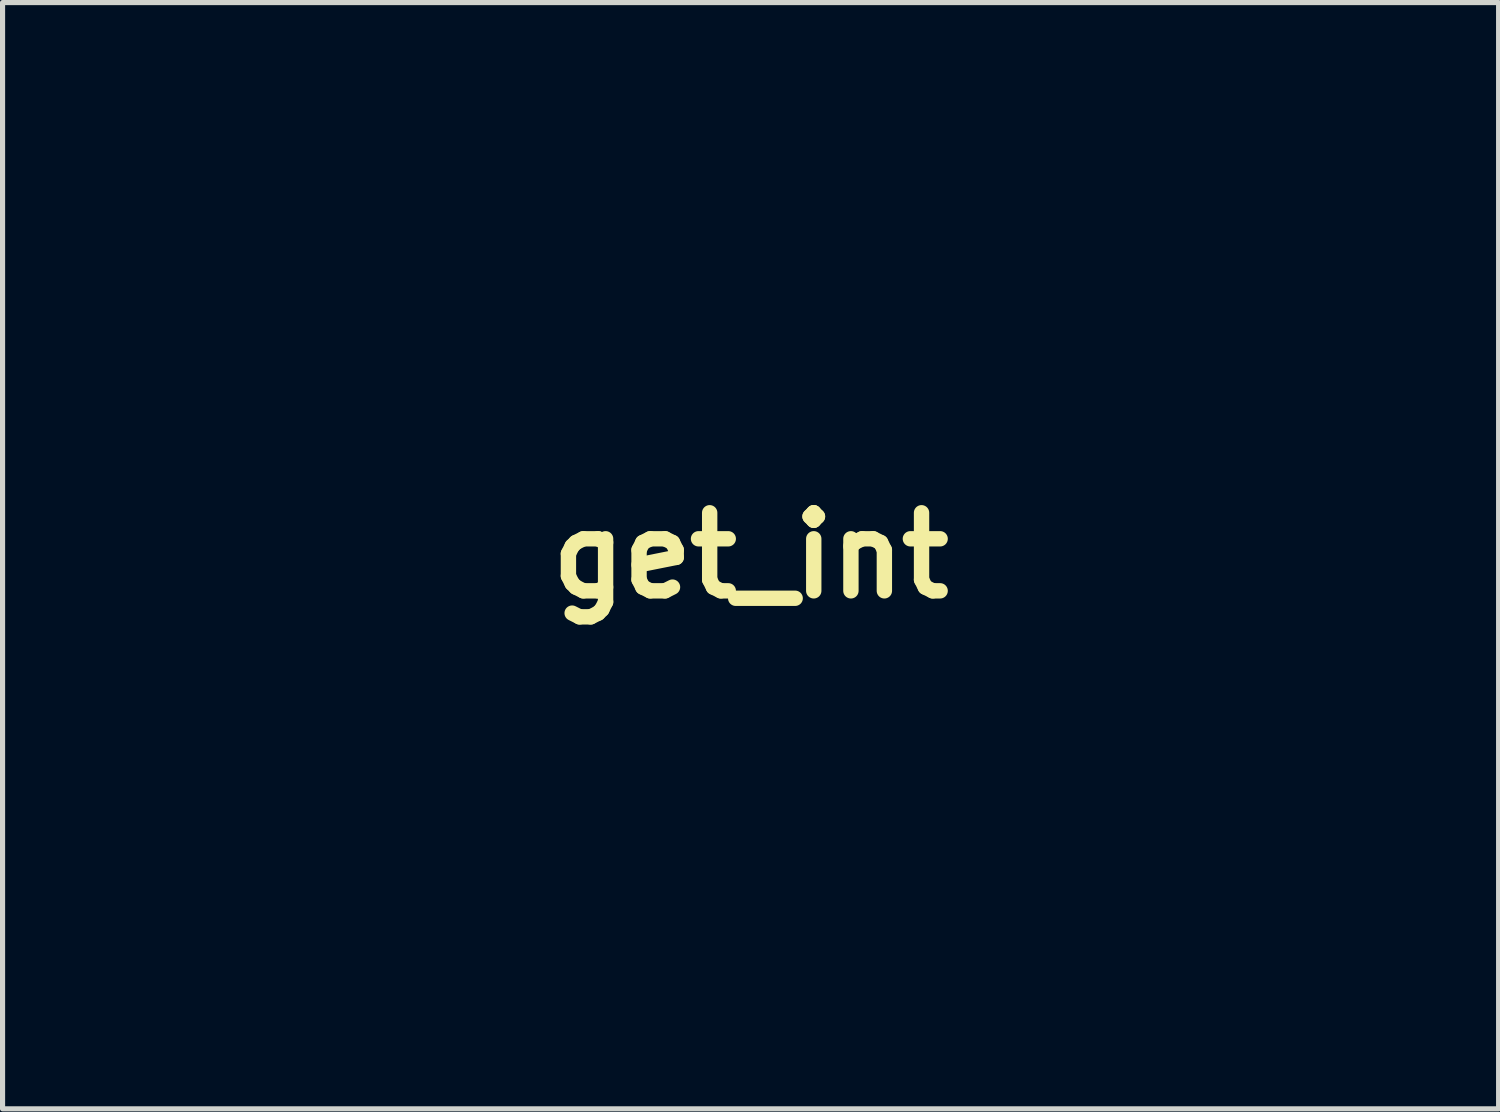
<source format=kicad_pcb>
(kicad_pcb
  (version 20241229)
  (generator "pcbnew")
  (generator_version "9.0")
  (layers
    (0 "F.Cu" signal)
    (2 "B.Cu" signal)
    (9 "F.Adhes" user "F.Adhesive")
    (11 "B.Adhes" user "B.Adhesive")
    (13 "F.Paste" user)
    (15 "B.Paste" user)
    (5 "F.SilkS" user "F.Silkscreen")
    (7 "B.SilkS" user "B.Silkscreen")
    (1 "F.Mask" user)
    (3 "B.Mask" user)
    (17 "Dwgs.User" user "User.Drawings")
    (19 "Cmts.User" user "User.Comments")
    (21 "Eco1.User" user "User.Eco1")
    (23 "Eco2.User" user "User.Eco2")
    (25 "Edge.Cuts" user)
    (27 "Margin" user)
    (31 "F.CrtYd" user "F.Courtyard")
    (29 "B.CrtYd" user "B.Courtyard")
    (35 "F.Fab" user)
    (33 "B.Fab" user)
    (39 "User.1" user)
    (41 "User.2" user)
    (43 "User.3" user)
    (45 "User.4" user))
  (footprint "get_int"
    (layer "F.Cu")
    (at 11.604 7.796)
    (property "Reference" "get_int" (at 0 0 0) (layer "F.SilkS") (effects (font (size 1.524 1.524) (thickness 0.3))))
    (attr through_hole)
    (fp_poly (pts (xy -3.81 5.8) (xy -3.852 5.842) (xy -3.895 5.8) (xy -3.852 5.757) (xy -3.81 5.8)) (stroke (width 0.01) (type solid)) (fill no) (layer "Eco2.User"))
    (fp_poly (pts (xy 3.302 3.937) (xy 3.26 3.979) (xy 3.217 3.937) (xy 3.26 3.895) (xy 3.302 3.937)) (stroke (width 0.01) (type solid)) (fill no) (layer "Eco2.User"))
    (fp_poly (pts (xy 9.821 6.646) (xy 9.779 6.689) (xy 9.737 6.646) (xy 9.779 6.604) (xy 9.821 6.646)) (stroke (width 0.01) (type solid)) (fill no) (layer "Eco2.User"))
    (fp_poly (pts (xy 9.991 1.736) (xy 9.948 1.778) (xy 9.906 1.736) (xy 9.948 1.693) (xy 9.991 1.736)) (stroke (width 0.01) (type solid)) (fill no) (layer "Eco2.User"))
    (fp_poly (pts (xy 3.02 6.717) (xy 3.008 6.767) (xy 2.963 6.773) (xy 2.894 6.742) (xy 2.907 6.717) (xy 3.007 6.707) (xy 3.02 6.717)) (stroke (width 0.01) (type solid)) (fill no) (layer "Eco2.User"))
    (fp_poly (pts (xy 3.443 -0.818) (xy 3.431 -0.768) (xy 3.387 -0.762) (xy 3.317 -0.793) (xy 3.33 -0.818) (xy 3.431 -0.829) (xy 3.443 -0.818)) (stroke (width 0.01) (type solid)) (fill no) (layer "Eco2.User"))
    (fp_poly (pts (xy -2.211 2.957) (xy -2.151 3.042) (xy -2.186 3.081) (xy -2.303 3.075) (xy -2.331 3.044) (xy -2.36 2.932) (xy -2.272 2.926) (xy -2.211 2.957)) (stroke (width 0.01) (type solid)) (fill no) (layer "Eco2.User"))
    (fp_poly (pts (xy -11.36 5.295) (xy -11.345 5.334) (xy -11.414 5.409) (xy -11.472 5.419) (xy -11.585 5.373) (xy -11.599 5.334) (xy -11.531 5.259) (xy -11.472 5.249) (xy -11.36 5.295)) (stroke (width 0.01) (type solid)) (fill no) (layer "Eco2.User"))
    (fp_poly (pts (xy -5.956 7.672) (xy -5.969 7.705) (xy -6.045 7.785) (xy -6.059 7.789) (xy -6.095 7.724) (xy -6.096 7.705) (xy -6.031 7.623) (xy -6.006 7.62) (xy -5.956 7.672)) (stroke (width 0.01) (type solid)) (fill no) (layer "Eco2.User"))
    (fp_poly (pts (xy 3.196 7.438) (xy 3.217 7.578) (xy 3.188 7.737) (xy 3.133 7.789) (xy 3.069 7.717) (xy 3.048 7.578) (xy 3.077 7.419) (xy 3.133 7.366) (xy 3.196 7.438)) (stroke (width 0.01) (type solid)) (fill no) (layer "Eco2.User"))
    (fp_poly (pts (xy 3.261 4.719) (xy 3.248 4.784) (xy 3.188 4.895) (xy 3.166 4.911) (xy 3.136 4.842) (xy 3.133 4.784) (xy 3.177 4.671) (xy 3.215 4.657) (xy 3.261 4.719)) (stroke (width 0.01) (type solid)) (fill no) (layer "Eco2.User"))
    (fp_poly (pts (xy 3.437 4.105) (xy 3.429 4.149) (xy 3.321 4.23) (xy 3.297 4.233) (xy 3.22 4.169) (xy 3.217 4.149) (xy 3.286 4.074) (xy 3.349 4.064) (xy 3.437 4.105)) (stroke (width 0.01) (type solid)) (fill no) (layer "Eco2.User"))
    (fp_poly (pts (xy 10.175 7.259) (xy 10.2 7.28) (xy 10.318 7.399) (xy 10.291 7.448) (xy 10.254 7.451) (xy 10.163 7.383) (xy 10.125 7.312) (xy 10.103 7.22) (xy 10.175 7.259)) (stroke (width 0.01) (type solid)) (fill no) (layer "Eco2.User"))
    (fp_poly (pts (xy -1.958 5.513) (xy -1.961 5.6) (xy -2.051 5.774) (xy -2.196 5.829) (xy -2.336 5.839) (xy -2.345 5.781) (xy -2.273 5.664) (xy -2.124 5.487) (xy -2.011 5.435) (xy -1.958 5.513)) (stroke (width 0.01) (type solid)) (fill no) (layer "Eco2.User"))
    (fp_poly (pts (xy 10.374 0.948) (xy 10.368 1.046) (xy 10.273 1.21) (xy 10.254 1.235) (xy 10.133 1.36) (xy 10.077 1.357) (xy 10.075 1.34) (xy 10.116 1.188) (xy 10.21 1.038) (xy 10.314 0.945) (xy 10.374 0.948)) (stroke (width 0.01) (type solid)) (fill no) (layer "Eco2.User"))
    (fp_poly (pts (xy 10.401 6.07) (xy 10.397 6.103) (xy 10.305 6.227) (xy 10.175 6.333) (xy 10.044 6.409) (xy 10.019 6.383) (xy 10.033 6.339) (xy 10.111 6.226) (xy 10.23 6.123) (xy 10.343 6.061) (xy 10.401 6.07)) (stroke (width 0.01) (type solid)) (fill no) (layer "Eco2.User"))
    (fp_poly (pts (xy 0.626 7.653) (xy 0.804 7.705) (xy 0.854 7.747) (xy 0.755 7.772) (xy 0.499 7.783) (xy 0.482 7.783) (xy 0.198 7.774) (xy 0.053 7.739) (xy 0.042 7.705) (xy 0.162 7.646) (xy 0.38 7.629) (xy 0.626 7.653)) (stroke (width 0.01) (type solid)) (fill no) (layer "Eco2.User"))
    (fp_poly (pts (xy 6.572 -1.033) (xy 6.59 -0.937) (xy 6.647 -0.901) (xy 6.747 -0.819) (xy 6.773 -0.722) (xy 6.71 -0.68) (xy 6.595 -0.72) (xy 6.442 -0.797) (xy 6.237 -0.91) (xy 6.431 -1.014) (xy 6.554 -1.063) (xy 6.572 -1.033)) (stroke (width 0.01) (type solid)) (fill no) (layer "Eco2.User"))
    (fp_poly (pts (xy 10.2 1.973) (xy 10.371 2.08) (xy 10.482 2.185) (xy 10.457 2.257) (xy 10.414 2.288) (xy 10.239 2.365) (xy 10.162 2.317) (xy 10.16 2.293) (xy 10.132 2.151) (xy 10.109 2.081) (xy 10.101 1.968) (xy 10.2 1.973)) (stroke (width 0.01) (type solid)) (fill no) (layer "Eco2.User"))
    (fp_poly (pts (xy -2.5 5.39) (xy -2.352 5.453) (xy -2.344 5.538) (xy -2.416 5.652) (xy -2.611 5.799) (xy -2.871 5.843) (xy -3.114 5.77) (xy -3.184 5.651) (xy -3.131 5.506) (xy -2.982 5.39) (xy -2.915 5.367) (xy -2.679 5.356) (xy -2.5 5.39)) (stroke (width 0.01) (type solid)) (fill no) (layer "Eco2.User"))
    (fp_poly (pts (xy -0.739 5.17) (xy -0.896 5.251) (xy -1.117 5.343) (xy -1.352 5.424) (xy -1.519 5.469) (xy -1.56 5.463) (xy -1.465 5.406) (xy -1.254 5.309) (xy -1.232 5.3) (xy -0.969 5.195) (xy -0.775 5.13) (xy -0.694 5.12) (xy -0.739 5.17)) (stroke (width 0.01) (type solid)) (fill no) (layer "Eco2.User"))
    (fp_poly (pts (xy 3.614 3.463) (xy 3.683 3.556) (xy 3.619 3.649) (xy 3.414 3.7) (xy 3.316 3.709) (xy 3.088 3.716) (xy 2.988 3.683) (xy 2.976 3.595) (xy 2.978 3.582) (xy 3.067 3.483) (xy 3.244 3.428) (xy 3.447 3.421) (xy 3.614 3.463)) (stroke (width 0.01) (type solid)) (fill no) (layer "Eco2.User"))
    (fp_poly (pts (xy -3.591 5.962) (xy -3.509 6.018) (xy -3.486 6.133) (xy -3.568 6.158) (xy -3.681 6.098) (xy -3.788 6.04) (xy -3.81 6.086) (xy -3.869 6.176) (xy -3.895 6.181) (xy -3.973 6.114) (xy -3.979 6.072) (xy -3.91 5.987) (xy -3.754 5.947) (xy -3.591 5.962)) (stroke (width 0.01) (type solid)) (fill no) (layer "Eco2.User"))
    (fp_poly (pts (xy 2.275 5.453) (xy 2.492 5.538) (xy 2.676 5.645) (xy 2.772 5.746) (xy 2.774 5.777) (xy 2.669 5.857) (xy 2.461 5.898) (xy 2.21 5.896) (xy 1.979 5.846) (xy 1.965 5.84) (xy 1.831 5.757) (xy 1.837 5.64) (xy 1.862 5.589) (xy 1.984 5.454) (xy 2.08 5.419) (xy 2.275 5.453)) (stroke (width 0.01) (type solid)) (fill no) (layer "Eco2.User"))
    (fp_poly (pts (xy -3.511 4.713) (xy -3.405 4.792) (xy -3.365 4.837) (xy -3.267 5.025) (xy -3.22 5.253) (xy -3.233 5.45) (xy -3.289 5.538) (xy -3.413 5.578) (xy -3.631 5.624) (xy -3.691 5.635) (xy -4.022 5.688) (xy -4.171 5.286) (xy -4.252 5.054) (xy -4.295 4.901) (xy -4.298 4.868) (xy -4.21 4.839) (xy -4.013 4.786) (xy -3.895 4.755) (xy -3.653 4.704) (xy -3.511 4.713)) (stroke (width 0.01) (type solid)) (fill no) (layer "Eco2.User"))
    (fp_poly (pts (xy 0.813 6.711) (xy 0.774 6.784) (xy 0.638 6.943) (xy 0.429 7.161) (xy 0.321 7.269) (xy 0.057 7.519) (xy -0.131 7.672) (xy -0.287 7.752) (xy -0.456 7.783) (xy -0.632 7.788) (xy -1.053 7.789) (xy -0.557 7.288) (xy -0.29 7.03) (xy -0.088 6.871) (xy 0.1 6.782) (xy 0.319 6.734) (xy 0.356 6.729) (xy 0.604 6.703) (xy 0.773 6.701) (xy 0.813 6.711)) (stroke (width 0.01) (type solid)) (fill no) (layer "Eco2.User"))
    (fp_poly (pts (xy -0.224 5.159) (xy -0.189 5.203) (xy -0.263 5.282) (xy -0.462 5.405) (xy -0.799 5.583) (xy -0.859 5.613) (xy -1.294 5.824) (xy -1.599 5.953) (xy -1.79 6.002) (xy -1.883 5.974) (xy -1.895 5.875) (xy -1.887 5.842) (xy -1.778 5.702) (xy -1.62 5.672) (xy -1.439 5.638) (xy -1.179 5.552) (xy -0.893 5.436) (xy -0.636 5.314) (xy -0.463 5.208) (xy -0.425 5.171) (xy -0.321 5.139) (xy -0.224 5.159)) (stroke (width 0.01) (type solid)) (fill no) (layer "Eco2.User"))
    (fp_poly (pts (xy 2.675 5.006) (xy 2.894 5.024) (xy 3.112 5.056) (xy 3.238 5.084) (xy 3.509 5.203) (xy 3.654 5.362) (xy 3.656 5.534) (xy 3.592 5.624) (xy 3.402 5.73) (xy 3.275 5.748) (xy 3.162 5.733) (xy 3.212 5.706) (xy 3.238 5.699) (xy 3.288 5.654) (xy 3.219 5.564) (xy 3.016 5.412) (xy 2.967 5.379) (xy 2.722 5.219) (xy 2.525 5.098) (xy 2.438 5.053) (xy 2.405 5.019) (xy 2.498 5.003) (xy 2.675 5.006)) (stroke (width 0.01) (type solid)) (fill no) (layer "Eco2.User"))
    (fp_poly (pts (xy -5.307 4.328) (xy -5.015 4.356) (xy -4.676 4.396) (xy -4.329 4.443) (xy -4.015 4.491) (xy -3.776 4.534) (xy -3.65 4.568) (xy -3.641 4.576) (xy -3.718 4.616) (xy -3.925 4.674) (xy -4.224 4.744) (xy -4.577 4.817) (xy -4.947 4.886) (xy -5.295 4.943) (xy -5.585 4.982) (xy -5.766 4.995) (xy -5.853 4.982) (xy -5.869 4.914) (xy -5.816 4.749) (xy -5.78 4.657) (xy -5.663 4.435) (xy -5.54 4.323) (xy -5.512 4.318) (xy -5.307 4.328)) (stroke (width 0.01) (type solid)) (fill no) (layer "Eco2.User"))
    (fp_poly (pts (xy 11.54 1.111) (xy 11.563 1.202) (xy 11.58 1.378) (xy 11.59 1.654) (xy 11.596 2.051) (xy 11.599 2.585) (xy 11.599 3.08) (xy 11.598 3.654) (xy 11.594 4.167) (xy 11.589 4.598) (xy 11.581 4.922) (xy 11.572 5.117) (xy 11.565 5.165) (xy 11.535 5.087) (xy 11.474 4.873) (xy 11.389 4.55) (xy 11.289 4.148) (xy 11.233 3.916) (xy 11.115 3.404) (xy 11.037 3.02) (xy 10.993 2.729) (xy 10.98 2.494) (xy 10.993 2.281) (xy 11.005 2.194) (xy 11.116 1.705) (xy 11.286 1.323) (xy 11.467 1.105) (xy 11.508 1.084) (xy 11.54 1.111)) (stroke (width 0.01) (type solid)) (fill no) (layer "Eco2.User"))
    (fp_poly (pts (xy -7.407 -7.591) (xy -7.571 -7.437) (xy -7.814 -7.304) (xy -7.878 -7.28) (xy -8.18 -7.145) (xy -8.438 -6.944) (xy -8.669 -6.654) (xy -8.884 -6.255) (xy -9.1 -5.725) (xy -9.267 -5.243) (xy -9.44 -4.747) (xy -9.634 -4.246) (xy -9.827 -3.791) (xy -9.997 -3.435) (xy -10.032 -3.372) (xy -10.222 -3.056) (xy -10.477 -2.665) (xy -10.767 -2.243) (xy -11.059 -1.834) (xy -11.324 -1.481) (xy -11.528 -1.232) (xy -11.543 -1.295) (xy -11.558 -1.511) (xy -11.571 -1.86) (xy -11.582 -2.327) (xy -11.591 -2.892) (xy -11.596 -3.54) (xy -11.599 -4.251) (xy -11.599 -4.47) (xy -11.599 -7.789) (xy -7.277 -7.789) (xy -7.407 -7.591)) (stroke (width 0.01) (type solid)) (fill no) (layer "Eco2.User"))
    (fp_poly (pts (xy 3.902 -0.541) (xy 3.975 -0.367) (xy 3.979 -0.286) (xy 3.969 -0.132) (xy 3.952 -0.085) (xy 3.847 -0.055) (xy 3.621 0.026) (xy 3.308 0.143) (xy 2.944 0.283) (xy 2.563 0.433) (xy 2.201 0.578) (xy 1.892 0.705) (xy 1.67 0.801) (xy 1.571 0.851) (xy 1.571 0.852) (xy 1.452 0.924) (xy 1.345 0.865) (xy 1.224 0.669) (xy 1.141 0.489) (xy 1.113 0.388) (xy 1.116 0.384) (xy 1.229 0.315) (xy 1.429 0.213) (xy 1.656 0.108) (xy 1.848 0.028) (xy 1.94 0) (xy 2.055 -0.034) (xy 2.274 -0.122) (xy 2.552 -0.247) (xy 2.557 -0.249) (xy 3.073 -0.471) (xy 3.462 -0.594) (xy 3.735 -0.617) (xy 3.902 -0.541)) (stroke (width 0.01) (type solid)) (fill no) (layer "Eco2.User"))
    (fp_poly (pts (xy 4.142 -7.55) (xy 3.709 -7.224) (xy 3.436 -6.893) (xy 3.312 -6.543) (xy 3.302 -6.402) (xy 3.331 -6.135) (xy 3.403 -5.917) (xy 3.426 -5.879) (xy 3.512 -5.683) (xy 3.553 -5.428) (xy 3.553 -5.408) (xy 3.593 -5.158) (xy 3.69 -4.99) (xy 3.692 -4.987) (xy 3.873 -4.771) (xy 3.891 -4.544) (xy 3.746 -4.289) (xy 3.715 -4.252) (xy 3.565 -4.064) (xy 3.479 -3.922) (xy 3.471 -3.892) (xy 3.449 -3.83) (xy 3.357 -3.833) (xy 3.155 -3.903) (xy 3.111 -3.92) (xy 2.879 -4.012) (xy 2.879 -5.683) (xy 2.883 -6.213) (xy 2.894 -6.695) (xy 2.912 -7.102) (xy 2.934 -7.402) (xy 2.959 -7.565) (xy 2.961 -7.572) (xy 3.009 -7.676) (xy 3.081 -7.741) (xy 3.214 -7.774) (xy 3.444 -7.787) (xy 3.782 -7.789) (xy 4.52 -7.789) (xy 4.142 -7.55)) (stroke (width 0.01) (type solid)) (fill no) (layer "Eco2.User"))
    (fp_poly (pts (xy 11.258 -7.786) (xy 11.353 -7.759) (xy 11.428 -7.698) (xy 11.486 -7.588) (xy 11.529 -7.414) (xy 11.558 -7.162) (xy 11.577 -6.818) (xy 11.586 -6.368) (xy 11.589 -5.797) (xy 11.587 -5.092) (xy 11.582 -4.237) (xy 11.579 -3.818) (xy 11.557 -0.089) (xy 10.52 -0.565) (xy 9.483 -1.04) (xy 9.483 -1.446) (xy 9.514 -1.863) (xy 9.606 -2.143) (xy 9.754 -2.276) (xy 9.819 -2.286) (xy 9.982 -2.344) (xy 10.18 -2.49) (xy 10.236 -2.545) (xy 10.372 -2.743) (xy 10.536 -3.071) (xy 10.715 -3.491) (xy 10.897 -3.969) (xy 11.07 -4.469) (xy 11.219 -4.956) (xy 11.334 -5.393) (xy 11.4 -5.745) (xy 11.407 -5.811) (xy 11.396 -6.357) (xy 11.279 -6.875) (xy 11.07 -7.317) (xy 10.902 -7.529) (xy 10.648 -7.789) (xy 11.003 -7.789) (xy 11.142 -7.791) (xy 11.258 -7.786)) (stroke (width 0.01) (type solid)) (fill no) (layer "Eco2.User"))
    (fp_poly (pts (xy 2.811 0.589) (xy 2.829 0.817) (xy 2.845 1.17) (xy 2.858 1.626) (xy 2.868 2.162) (xy 2.874 2.709) (xy 2.886 4.911) (xy 2.65 4.912) (xy 2.384 4.933) (xy 2.201 4.966) (xy 1.99 5.019) (xy 2.238 4.753) (xy 2.383 4.588) (xy 2.414 4.509) (xy 2.343 4.487) (xy 2.33 4.487) (xy 2.226 4.511) (xy 2.228 4.543) (xy 2.204 4.622) (xy 2.075 4.75) (xy 2.032 4.784) (xy 1.865 4.937) (xy 1.857 5.035) (xy 2.009 5.077) (xy 2.088 5.08) (xy 2.241 5.111) (xy 2.286 5.165) (xy 2.356 5.235) (xy 2.445 5.249) (xy 2.628 5.311) (xy 2.719 5.389) (xy 2.785 5.484) (xy 2.727 5.492) (xy 2.624 5.464) (xy 2.432 5.387) (xy 2.333 5.324) (xy 2.225 5.276) (xy 2.071 5.252) (xy 1.935 5.255) (xy 1.88 5.288) (xy 1.891 5.306) (xy 1.887 5.401) (xy 1.792 5.531) (xy 1.66 5.64) (xy 1.564 5.673) (xy 1.426 5.614) (xy 1.358 5.549) (xy 1.296 5.393) (xy 1.387 5.283) (xy 1.592 5.238) (xy 1.739 5.227) (xy 1.723 5.209) (xy 1.627 5.189) (xy 1.434 5.152) (xy 1.627 4.948) (xy 1.79 4.807) (xy 1.921 4.743) (xy 1.926 4.743) (xy 2.022 4.674) (xy 2.032 4.626) (xy 2.081 4.482) (xy 2.199 4.297) (xy 2.201 4.295) (xy 2.335 4.107) (xy 2.35 4.013) (xy 2.24 3.981) (xy 2.159 3.979) (xy 1.947 3.979) (xy 1.947 0.841) (xy 2.335 0.674) (xy 2.573 0.578) (xy 2.746 0.518) (xy 2.792 0.508) (xy 2.811 0.589)) (stroke (width 0.01) (type solid)) (fill no) (layer "Eco2.User"))
    (fp_poly (pts (xy 1.158 5.512) (xy 1.228 5.559) (xy 1.269 5.605) (xy 1.418 5.716) (xy 1.665 5.842) (xy 1.872 5.924) (xy 2.186 6.018) (xy 2.422 6.043) (xy 2.65 6.005) (xy 2.663 6.002) (xy 2.908 5.949) (xy 3.024 5.979) (xy 3.039 6.104) (xy 3.02 6.198) (xy 2.917 6.469) (xy 2.752 6.64) (xy 2.485 6.739) (xy 2.187 6.781) (xy 1.651 6.832) (xy 2.307 6.845) (xy 2.963 6.858) (xy 2.963 7.789) (xy 1.997 7.789) (xy 1.54 7.782) (xy 1.213 7.759) (xy 1.032 7.723) (xy 1 7.699) (xy 0.905 7.634) (xy 0.702 7.576) (xy 0.606 7.56) (xy 0.242 7.511) (xy 0.65 7.095) (xy 0.877 6.874) (xy 1.039 6.754) (xy 1.181 6.713) (xy 1.35 6.724) (xy 1.355 6.725) (xy 1.538 6.75) (xy 1.567 6.739) (xy 1.456 6.684) (xy 1.439 6.677) (xy 1.203 6.621) (xy 0.879 6.599) (xy 0.546 6.614) (xy 0.309 6.658) (xy 0.198 6.666) (xy 0.199 6.562) (xy 0.207 6.535) (xy 0.205 6.381) (xy 0.093 6.31) (xy -0.029 6.217) (xy -0.029 6.134) (xy -0.047 6.035) (xy -0.114 6.021) (xy 0.435 6.021) (xy 0.462 6.09) (xy 0.585 6.177) (xy 0.71 6.11) (xy 0.72 6.095) (xy 0.701 5.999) (xy 0.637 5.958) (xy 0.483 5.941) (xy 0.435 6.021) (xy -0.114 6.021) (xy -0.164 6.011) (xy -0.286 6.02) (xy -0.291 6.077) (xy -0.194 6.214) (xy -0.069 6.346) (xy 0.021 6.379) (xy 0.021 6.379) (xy 0.083 6.396) (xy 0.085 6.41) (xy 0.028 6.495) (xy -0.126 6.671) (xy -0.351 6.91) (xy -0.578 7.14) (xy -1.24 7.798) (xy -1.784 7.773) (xy -2.328 7.747) (xy -2.053 7.459) (xy -1.891 7.283) (xy -1.792 7.163) (xy -1.778 7.137) (xy -1.832 7.157) (xy -1.965 7.257) (xy -2.136 7.402) (xy -2.302 7.553) (xy -2.421 7.675) (xy -2.454 7.726) (xy -2.531 7.761) (xy -2.728 7.785) (xy -2.896 7.789) (xy -3.125 7.778) (xy -3.25 7.748) (xy -3.255 7.72) (xy -2.857 7.41) (xy -2.707 7.317) (xy -2.364 7.317) (xy -2.348 7.426) (xy -2.32 7.428) (xy -2.299 7.314) (xy -2.313 7.265) (xy -2.35 7.233) (xy -2.364 7.317) (xy -2.707 7.317) (xy -2.47 7.17) (xy -2.122 7.014) (xy -1.845 6.958) (xy -1.73 6.975) (xy -1.593 6.95) (xy -1.388 6.82) (xy -1.279 6.729) (xy -1.037 6.539) (xy -0.81 6.449) (xy -0.54 6.421) (xy -0.326 6.41) (xy -0.276 6.396) (xy -0.381 6.376) (xy -0.402 6.373) (xy -0.605 6.314) (xy -0.677 6.218) (xy -0.748 6.12) (xy -0.854 6.096) (xy -0.98 6.135) (xy -0.997 6.196) (xy -1.034 6.325) (xy -1.182 6.491) (xy -1.4 6.661) (xy -1.644 6.801) (xy -1.872 6.88) (xy -1.884 6.882) (xy -2.115 6.897) (xy -2.192 6.848) (xy -2.112 6.741) (xy -2.011 6.666) (xy -1.89 6.555) (xy -1.875 6.481) (xy -1.958 6.507) (xy -2.129 6.627) (xy -2.353 6.818) (xy -2.408 6.868) (xy -2.725 7.159) (xy -2.958 7.351) (xy -3.141 7.464) (xy -3.311 7.515) (xy -3.504 7.525) (xy -3.652 7.519) (xy -4.088 7.493) (xy -3.551 7.072) (xy -3.158 6.795) (xy -2.806 6.625) (xy -2.545 6.55) (xy -2.33 6.495) (xy -2.264 6.46) (xy -2.326 6.446) (xy -2.495 6.456) (xy -2.752 6.492) (xy -2.857 6.512) (xy -3.082 6.547) (xy -3.187 6.53) (xy -3.217 6.448) (xy -3.217 6.415) (xy -3.248 6.298) (xy -1.672 6.298) (xy -1.616 6.343) (xy -1.454 6.385) (xy -1.314 6.335) (xy -1.27 6.247) (xy -1.332 6.2) (xy -1.404 6.214) (xy -1.58 6.261) (xy -1.637 6.267) (xy -1.672 6.298) (xy -3.248 6.298) (xy -3.265 6.234) (xy -3.38 6.02) (xy -3.388 6.009) (xy -3.487 5.81) (xy -3.46 5.707) (xy -3.334 5.723) (xy -3.184 5.834) (xy -3.033 5.943) (xy -2.857 5.979) (xy -2.596 5.958) (xy -2.303 5.939) (xy -2.116 5.987) (xy -2.052 6.033) (xy -1.877 6.13) (xy -1.659 6.128) (xy -1.363 6.024) (xy -1.185 5.938) (xy -0.878 5.82) (xy -0.437 5.706) (xy 0.102 5.607) (xy 0.169 5.596) (xy 0.586 5.535) (xy 0.869 5.501) (xy 1.049 5.493) (xy 1.158 5.512)) (stroke (width 0.01) (type solid)) (fill no) (layer "Eco2.User"))
    (fp_poly (pts (xy 10.754 -7.478) (xy 11.021 -7.123) (xy 11.195 -6.756) (xy 11.278 -6.351) (xy 11.27 -5.885) (xy 11.172 -5.333) (xy 10.986 -4.671) (xy 10.884 -4.359) (xy 10.656 -3.708) (xy 10.462 -3.206) (xy 10.293 -2.838) (xy 10.137 -2.587) (xy 9.987 -2.44) (xy 9.832 -2.38) (xy 9.663 -2.392) (xy 9.652 -2.395) (xy 9.54 -2.374) (xy 9.462 -2.23) (xy 9.417 -1.951) (xy 9.399 -1.522) (xy 9.398 -1.405) (xy 9.403 -1.117) (xy 9.431 -0.949) (xy 9.503 -0.854) (xy 9.64 -0.784) (xy 9.673 -0.77) (xy 9.882 -0.69) (xy 10.025 -0.647) (xy 10.033 -0.645) (xy 10.143 -0.608) (xy 10.368 -0.517) (xy 10.671 -0.387) (xy 10.858 -0.304) (xy 11.243 -0.121) (xy 11.482 0.023) (xy 11.589 0.136) (xy 11.599 0.177) (xy 11.525 0.313) (xy 11.409 0.364) (xy 11.218 0.4) (xy 11.409 0.412) (xy 11.56 0.48) (xy 11.596 0.635) (xy 11.515 0.839) (xy 11.423 0.956) (xy 11.177 1.273) (xy 11.01 1.631) (xy 10.921 2.05) (xy 10.909 2.55) (xy 10.973 3.15) (xy 11.112 3.87) (xy 11.252 4.445) (xy 11.386 4.982) (xy 11.481 5.401) (xy 11.543 5.749) (xy 11.579 6.071) (xy 11.596 6.413) (xy 11.599 6.795) (xy 11.599 7.789) (xy 9.546 7.789) (xy 9.596 7.345) (xy 9.615 7.103) (xy 9.601 7.024) (xy 9.57 7.07) (xy 9.514 7.277) (xy 9.489 7.514) (xy 9.483 7.789) (xy 4.596 7.789) (xy 4.542 7.269) (xy 4.511 6.857) (xy 4.505 6.676) (xy 9.582 6.676) (xy 9.589 6.762) (xy 9.64 6.773) (xy 9.714 6.844) (xy 9.826 7.024) (xy 9.914 7.197) (xy 10.077 7.471) (xy 10.23 7.605) (xy 10.358 7.592) (xy 10.444 7.429) (xy 10.451 7.271) (xy 10.406 7.209) (xy 10.288 7.136) (xy 10.115 6.996) (xy 10.091 6.975) (xy 9.864 6.771) (xy 10.157 6.518) (xy 10.346 6.367) (xy 10.485 6.276) (xy 10.517 6.265) (xy 10.58 6.206) (xy 10.562 6.075) (xy 10.473 5.941) (xy 10.46 5.93) (xy 10.371 5.895) (xy 10.255 5.944) (xy 10.08 6.095) (xy 9.952 6.224) (xy 9.702 6.499) (xy 9.582 6.676) (xy 4.505 6.676) (xy 4.493 6.351) (xy 4.487 5.787) (xy 4.488 5.664) (xy 9.576 5.664) (xy 9.577 5.779) (xy 9.586 6.126) (xy 9.6 6.305) (xy 9.617 6.317) (xy 9.638 6.164) (xy 9.662 5.846) (xy 9.673 5.652) (xy 9.678 5.366) (xy 9.665 5.161) (xy 9.636 5.08) (xy 9.635 5.08) (xy 9.605 5.158) (xy 9.584 5.366) (xy 9.576 5.664) (xy 4.488 5.664) (xy 4.491 5.202) (xy 4.506 4.633) (xy 4.53 4.116) (xy 4.538 4.022) (xy 9.681 4.022) (xy 9.684 4.29) (xy 9.693 4.433) (xy 9.707 4.435) (xy 9.714 4.384) (xy 9.727 4.083) (xy 9.718 3.754) (xy 9.714 3.706) (xy 9.7 3.617) (xy 9.688 3.68) (xy 9.682 3.882) (xy 9.681 4.022) (xy 4.538 4.022) (xy 4.564 3.688) (xy 4.605 3.386) (xy 4.614 3.348) (xy 4.676 3.056) (xy 4.7 2.871) (xy 4.69 2.809) (xy 4.647 2.884) (xy 4.576 3.104) (xy 4.494 3.495) (xy 4.43 4.019) (xy 4.385 4.64) (xy 4.361 5.323) (xy 4.36 6.031) (xy 4.374 6.498) (xy 4.429 7.789) (xy 3.297 7.789) (xy 3.35 6.879) (xy 3.376 6.474) (xy 3.404 6.202) (xy 3.443 6.025) (xy 3.505 5.906) (xy 3.598 5.81) (xy 3.648 5.769) (xy 3.892 5.568) (xy 3.706 5.306) (xy 3.608 5.144) (xy 3.557 4.971) (xy 3.554 4.752) (xy 3.597 4.453) (xy 3.689 4.037) (xy 3.725 3.886) (xy 3.889 3.348) (xy 4.116 2.786) (xy 4.379 2.253) (xy 4.654 1.803) (xy 4.805 1.607) (xy 5 1.4) (xy 5.141 1.289) (xy 5.211 1.283) (xy 5.189 1.388) (xy 5.16 1.448) (xy 5.074 1.637) (xy 4.975 1.893) (xy 4.881 2.165) (xy 4.808 2.406) (xy 4.772 2.565) (xy 4.775 2.602) (xy 4.817 2.548) (xy 4.89 2.374) (xy 4.956 2.186) (xy 5.105 1.754) (xy 5.192 1.558) (xy 8.476 1.558) (xy 8.518 1.591) (xy 8.722 1.664) (xy 8.895 1.719) (xy 9.211 1.821) (xy 9.469 1.911) (xy 9.622 1.972) (xy 9.636 1.98) (xy 9.699 2.095) (xy 9.743 2.316) (xy 9.752 2.439) (xy 9.767 2.836) (xy 9.8 2.416) (xy 9.806 2.136) (xy 9.761 1.971) (xy 9.682 1.886) (xy 9.431 1.76) (xy 9.291 1.718) (xy 9.768 1.718) (xy 9.985 2.128) (xy 10.112 2.355) (xy 10.21 2.504) (xy 10.247 2.539) (xy 10.342 2.496) (xy 10.48 2.408) (xy 10.637 2.269) (xy 10.636 2.159) (xy 10.473 2.041) (xy 10.458 2.033) (xy 10.248 1.862) (xy 10.199 1.654) (xy 10.308 1.395) (xy 10.369 1.308) (xy 10.517 1.065) (xy 10.522 0.912) (xy 10.384 0.848) (xy 10.342 0.847) (xy 10.209 0.926) (xy 10.052 1.149) (xy 9.982 1.282) (xy 9.768 1.718) (xy 9.291 1.718) (xy 9.062 1.649) (xy 8.626 1.568) (xy 8.594 1.564) (xy 8.476 1.558) (xy 5.192 1.558) (xy 5.239 1.453) (xy 5.385 1.249) (xy 5.572 1.108) (xy 5.828 0.998) (xy 6.008 0.938) (xy 6.306 0.85) (xy 6.539 0.792) (xy 6.663 0.775) (xy 6.669 0.777) (xy 6.769 0.829) (xy 6.974 0.942) (xy 7.243 1.091) (xy 7.281 1.113) (xy 7.582 1.273) (xy 7.853 1.403) (xy 8.037 1.475) (xy 8.043 1.477) (xy 8.077 1.468) (xy 7.981 1.394) (xy 7.776 1.272) (xy 7.693 1.226) (xy 7.392 1.053) (xy 7.131 0.887) (xy 6.962 0.762) (xy 6.956 0.756) (xy 6.798 0.636) (xy 6.692 0.593) (xy 6.68 0.577) (xy 7.092 0.577) (xy 7.112 0.579) (xy 7.259 0.564) (xy 7.51 0.521) (xy 7.747 0.471) (xy 7.974 0.413) (xy 8.08 0.372) (xy 8.044 0.355) (xy 8.043 0.355) (xy 7.887 0.37) (xy 7.673 0.407) (xy 7.444 0.456) (xy 7.243 0.508) (xy 7.111 0.551) (xy 7.092 0.577) (xy 6.68 0.577) (xy 6.636 0.519) (xy 6.608 0.34) (xy 6.608 0.301) (xy 8.4 0.301) (xy 8.501 0.315) (xy 8.594 0.317) (xy 8.768 0.31) (xy 8.813 0.291) (xy 8.785 0.28) (xy 8.582 0.265) (xy 8.446 0.279) (xy 8.4 0.301) (xy 6.608 0.301) (xy 6.61 0.115) (xy 6.647 -0.093) (xy 6.649 -0.1) (xy 9.999 -0.1) (xy 10.002 0.125) (xy 10.039 0.22) (xy 10.127 0.221) (xy 10.158 0.212) (xy 10.369 0.208) (xy 10.476 0.246) (xy 10.68 0.316) (xy 10.837 0.333) (xy 10.912 0.316) (xy 10.84 0.258) (xy 10.613 0.156) (xy 10.587 0.146) (xy 10.286 0.001) (xy 10.12 -0.143) (xy 10.066 -0.254) (xy 10.03 -0.353) (xy 10.009 -0.31) (xy 9.999 -0.11) (xy 9.999 -0.1) (xy 6.649 -0.1) (xy 6.659 -0.129) (xy 6.771 -0.261) (xy 6.966 -0.382) (xy 6.977 -0.387) (xy 7.114 -0.462) (xy 7.123 -0.502) (xy 7.104 -0.505) (xy 7.014 -0.564) (xy 7.31 -0.564) (xy 7.321 -0.514) (xy 7.366 -0.508) (xy 7.436 -0.539) (xy 7.422 -0.564) (xy 7.322 -0.575) (xy 7.31 -0.564) (xy 7.014 -0.564) (xy 6.988 -0.582) (xy 6.945 -0.649) (xy 7.648 -0.649) (xy 7.66 -0.599) (xy 7.705 -0.593) (xy 7.774 -0.624) (xy 7.761 -0.649) (xy 7.661 -0.659) (xy 7.648 -0.649) (xy 6.945 -0.649) (xy 6.911 -0.703) (xy 7.927 -0.703) (xy 8.043 -0.691) (xy 8.164 -0.704) (xy 8.149 -0.733) (xy 7.976 -0.745) (xy 7.938 -0.733) (xy 7.927 -0.703) (xy 6.911 -0.703) (xy 6.859 -0.783) (xy 6.853 -0.796) (xy 8.377 -0.796) (xy 8.494 -0.782) (xy 8.551 -0.782) (xy 8.705 -0.79) (xy 8.724 -0.812) (xy 8.7 -0.82) (xy 8.485 -0.834) (xy 8.403 -0.82) (xy 8.377 -0.796) (xy 6.853 -0.796) (xy 6.811 -0.889) (xy 6.717 -1.109) (xy 6.653 -1.247) (xy 6.638 -1.27) (xy 6.561 -1.232) (xy 6.387 -1.137) (xy 6.285 -1.079) (xy 5.949 -0.888) (xy 6.401 -0.689) (xy 6.651 -0.575) (xy 6.768 -0.501) (xy 6.774 -0.438) (xy 6.692 -0.359) (xy 6.675 -0.345) (xy 6.562 -0.212) (xy 6.512 -0.021) (xy 6.506 0.228) (xy 6.516 0.655) (xy 5.756 0.927) (xy 5.324 1.098) (xy 5.002 1.277) (xy 4.75 1.5) (xy 4.527 1.807) (xy 4.289 2.233) (xy 4.276 2.259) (xy 4.118 2.556) (xy 3.967 2.824) (xy 3.876 2.973) (xy 3.79 3.142) (xy 3.782 3.246) (xy 3.784 3.248) (xy 3.74 3.278) (xy 3.568 3.298) (xy 3.401 3.302) (xy 3.121 3.283) (xy 2.985 3.237) (xy 3 3.181) (xy 3.171 3.129) (xy 3.323 3.11) (xy 3.683 3.078) (xy 3.323 3.063) (xy 2.963 3.048) (xy 2.963 0.435) (xy 3.449 0.254) (xy 3.795 0.114) (xy 4.008 -0.001) (xy 4.116 -0.116) (xy 4.148 -0.251) (xy 4.149 -0.269) (xy 4.089 -0.429) (xy 3.941 -0.634) (xy 3.752 -0.833) (xy 3.698 -0.874) (xy 4.768 -0.874) (xy 4.781 -0.844) (xy 4.784 -0.843) (xy 4.923 -0.811) (xy 5.138 -0.785) (xy 5.378 -0.768) (xy 5.592 -0.763) (xy 5.73 -0.773) (xy 5.75 -0.793) (xy 5.654 -0.815) (xy 5.437 -0.843) (xy 5.165 -0.868) (xy 4.902 -0.883) (xy 4.768 -0.874) (xy 3.698 -0.874) (xy 3.566 -0.975) (xy 3.455 -1.016) (xy 3.306 -0.958) (xy 3.177 -0.849) (xy 3.041 -0.74) (xy 2.952 -0.727) (xy 2.922 -0.82) (xy 2.899 -1.029) (xy 2.884 -1.304) (xy 2.877 -1.599) (xy 2.881 -1.864) (xy 2.895 -2.053) (xy 2.919 -2.117) (xy 3.016 -2.088) (xy 3.211 -2.016) (xy 3.304 -1.979) (xy 3.595 -1.808) (xy 3.761 -1.569) (xy 3.875 -1.395) (xy 4.053 -1.214) (xy 4.254 -1.059) (xy 4.432 -0.964) (xy 4.545 -0.961) (xy 4.548 -0.964) (xy 4.536 -1.012) (xy 4.504 -1.016) (xy 4.388 -1.068) (xy 4.204 -1.2) (xy 4.109 -1.279) (xy 3.992 -1.397) (xy 6.689 -1.397) (xy 6.731 -1.355) (xy 6.773 -1.397) (xy 6.731 -1.439) (xy 6.689 -1.397) (xy 3.992 -1.397) (xy 3.918 -1.472) (xy 3.831 -1.655) (xy 3.817 -1.82) (xy 6.795 -1.82) (xy 6.801 -1.646) (xy 6.821 -1.601) (xy 6.832 -1.629) (xy 6.847 -1.832) (xy 6.833 -1.968) (xy 6.811 -2.014) (xy 6.797 -1.913) (xy 6.795 -1.82) (xy 3.817 -1.82) (xy 3.81 -1.911) (xy 3.81 -1.916) (xy 3.841 -2.234) (xy 3.892 -2.442) (xy 6.689 -2.442) (xy 6.75 -2.415) (xy 6.858 -2.455) (xy 6.991 -2.538) (xy 7.027 -2.577) (xy 6.959 -2.585) (xy 6.858 -2.565) (xy 6.721 -2.496) (xy 6.689 -2.442) (xy 3.892 -2.442) (xy 3.917 -2.542) (xy 3.937 -2.595) (xy 3.965 -2.667) (xy 6.604 -2.667) (xy 6.646 -2.625) (xy 6.689 -2.667) (xy 7.112 -2.667) (xy 7.154 -2.625) (xy 7.16 -2.631) (xy 9.569 -2.631) (xy 9.596 -2.584) (xy 9.683 -2.66) (xy 9.692 -2.672) (xy 9.791 -2.872) (xy 9.816 -3.006) (xy 9.806 -3.107) (xy 9.76 -3.072) (xy 9.694 -2.963) (xy 9.602 -2.768) (xy 9.569 -2.631) (xy 7.16 -2.631) (xy 7.197 -2.667) (xy 7.154 -2.709) (xy 7.112 -2.667) (xy 6.689 -2.667) (xy 6.646 -2.709) (xy 6.604 -2.667) (xy 3.965 -2.667) (xy 3.984 -2.715) (xy 7.302 -2.715) (xy 7.314 -2.709) (xy 7.391 -2.769) (xy 7.408 -2.794) (xy 7.43 -2.873) (xy 7.418 -2.879) (xy 7.341 -2.819) (xy 7.324 -2.794) (xy 7.302 -2.715) (xy 3.984 -2.715) (xy 4.031 -2.833) (xy 4.032 -2.836) (xy 6.519 -2.836) (xy 6.562 -2.794) (xy 6.604 -2.836) (xy 6.562 -2.879) (xy 6.519 -2.836) (xy 4.032 -2.836) (xy 4.051 -2.921) (xy 7.535 -2.921) (xy 7.578 -2.879) (xy 7.62 -2.921) (xy 7.578 -2.963) (xy 7.535 -2.921) (xy 4.051 -2.921) (xy 4.055 -2.938) (xy 4.008 -2.933) (xy 3.937 -2.879) (xy 3.835 -2.819) (xy 3.701 -2.815) (xy 3.486 -2.87) (xy 3.344 -2.916) (xy 3.306 -2.916) (xy 3.398 -2.852) (xy 3.497 -2.795) (xy 3.699 -2.665) (xy 3.775 -2.552) (xy 3.761 -2.43) (xy 3.681 -2.26) (xy 3.62 -2.19) (xy 3.604 -2.124) (xy 3.652 -2.096) (xy 3.723 -2.027) (xy 3.709 -1.992) (xy 3.603 -1.983) (xy 3.398 -2.031) (xy 3.265 -2.077) (xy 3.034 -2.174) (xy 2.92 -2.27) (xy 2.882 -2.42) (xy 2.879 -2.594) (xy 2.893 -2.832) (xy 2.946 -2.943) (xy 3.027 -2.966) (xy 3.13 -2.975) (xy 3.085 -3.02) (xy 3.027 -3.055) (xy 2.983 -3.108) (xy 3.57 -3.108) (xy 3.59 -3.061) (xy 3.675 -2.97) (xy 3.725 -2.989) (xy 3.725 -3.001) (xy 3.721 -3.006) (xy 7.705 -3.006) (xy 7.747 -2.963) (xy 7.789 -3.006) (xy 7.747 -3.048) (xy 7.705 -3.006) (xy 3.721 -3.006) (xy 3.665 -3.072) (xy 3.628 -3.098) (xy 3.57 -3.108) (xy 2.983 -3.108) (xy 2.924 -3.181) (xy 3.935 -3.181) (xy 3.937 -3.133) (xy 4.045 -3.057) (xy 4.096 -3.072) (xy 7.883 -3.072) (xy 7.967 -3.09) (xy 7.983 -3.096) (xy 8.087 -3.163) (xy 8.088 -3.201) (xy 7.998 -3.191) (xy 7.936 -3.143) (xy 7.883 -3.072) (xy 4.096 -3.072) (xy 4.213 -3.106) (xy 4.425 -3.26) (xy 6.265 -3.26) (xy 6.308 -3.217) (xy 6.35 -3.26) (xy 8.213 -3.26) (xy 8.255 -3.217) (xy 8.297 -3.26) (xy 8.255 -3.302) (xy 8.213 -3.26) (xy 6.35 -3.26) (xy 6.308 -3.302) (xy 6.265 -3.26) (xy 4.425 -3.26) (xy 4.46 -3.285) (xy 4.484 -3.305) (xy 4.501 -3.322) (xy 6.725 -3.322) (xy 6.809 -3.309) (xy 6.918 -3.324) (xy 6.919 -3.338) (xy 8.382 -3.338) (xy 8.444 -3.339) (xy 8.551 -3.387) (xy 8.684 -3.474) (xy 8.721 -3.52) (xy 8.658 -3.519) (xy 8.551 -3.471) (xy 8.418 -3.384) (xy 8.382 -3.338) (xy 6.919 -3.338) (xy 6.92 -3.353) (xy 6.806 -3.373) (xy 6.757 -3.36) (xy 6.725 -3.322) (xy 4.501 -3.322) (xy 4.626 -3.443) (xy 6.463 -3.443) (xy 6.475 -3.393) (xy 6.519 -3.387) (xy 6.589 -3.418) (xy 6.582 -3.431) (xy 7.187 -3.431) (xy 7.19 -3.389) (xy 7.211 -3.387) (xy 7.364 -3.439) (xy 7.565 -3.567) (xy 7.604 -3.598) (xy 8.805 -3.598) (xy 8.848 -3.556) (xy 8.89 -3.598) (xy 8.848 -3.641) (xy 8.805 -3.598) (xy 7.604 -3.598) (xy 7.614 -3.606) (xy 7.779 -3.765) (xy 7.869 -3.89) (xy 7.874 -3.912) (xy 7.83 -3.92) (xy 7.726 -3.822) (xy 7.541 -3.655) (xy 7.324 -3.517) (xy 7.187 -3.431) (xy 6.582 -3.431) (xy 6.576 -3.443) (xy 6.475 -3.453) (xy 6.463 -3.443) (xy 4.626 -3.443) (xy 4.656 -3.473) (xy 4.675 -3.514) (xy 6.265 -3.514) (xy 6.308 -3.471) (xy 6.35 -3.514) (xy 6.308 -3.556) (xy 6.265 -3.514) (xy 4.675 -3.514) (xy 4.691 -3.549) (xy 4.599 -3.522) (xy 4.403 -3.387) (xy 4.205 -3.268) (xy 4.038 -3.219) (xy 3.935 -3.181) (xy 2.924 -3.181) (xy 2.922 -3.184) (xy 2.909 -3.26) (xy 3.471 -3.26) (xy 3.514 -3.217) (xy 3.556 -3.26) (xy 3.514 -3.302) (xy 3.471 -3.26) (xy 2.909 -3.26) (xy 2.88 -3.431) (xy 2.879 -3.518) (xy 2.891 -3.744) (xy 2.924 -3.878) (xy 2.942 -3.894) (xy 3.05 -3.854) (xy 3.235 -3.754) (xy 3.281 -3.726) (xy 3.556 -3.558) (xy 3.556 -3.612) (xy 4.854 -3.612) (xy 4.866 -3.562) (xy 4.911 -3.556) (xy 4.98 -3.587) (xy 4.967 -3.612) (xy 4.867 -3.623) (xy 4.854 -3.612) (xy 3.556 -3.612) (xy 3.556 -3.673) (xy 5.159 -3.673) (xy 5.277 -3.654) (xy 5.334 -3.652) (xy 5.516 -3.66) (xy 5.528 -3.683) (xy 5.927 -3.683) (xy 5.969 -3.641) (xy 6.011 -3.683) (xy 5.969 -3.725) (xy 5.927 -3.683) (xy 5.528 -3.683) (xy 5.536 -3.7) (xy 5.512 -3.718) (xy 5.43 -3.842) (xy 5.433 -3.895) (xy 6.562 -3.895) (xy 6.666 -3.813) (xy 6.689 -3.81) (xy 6.798 -3.871) (xy 6.816 -3.895) (xy 6.789 -3.961) (xy 6.689 -3.979) (xy 6.568 -3.948) (xy 6.562 -3.895) (xy 5.433 -3.895) (xy 5.434 -3.907) (xy 5.41 -4.047) (xy 5.366 -4.106) (xy 5.673 -4.106) (xy 5.715 -4.064) (xy 5.757 -4.106) (xy 5.715 -4.149) (xy 5.673 -4.106) (xy 5.366 -4.106) (xy 5.319 -4.17) (xy 5.206 -4.253) (xy 5.165 -4.238) (xy 5.226 -4.124) (xy 5.249 -4.106) (xy 5.33 -3.976) (xy 5.307 -3.811) (xy 5.197 -3.702) (xy 5.186 -3.699) (xy 5.159 -3.673) (xy 3.556 -3.673) (xy 3.556 -3.735) (xy 3.613 -3.9) (xy 3.758 -4.107) (xy 3.831 -4.187) (xy 3.976 -4.36) (xy 4.995 -4.36) (xy 5.038 -4.318) (xy 7.894 -4.318) (xy 7.902 -4.164) (xy 7.924 -4.146) (xy 7.932 -4.17) (xy 7.946 -4.385) (xy 7.933 -4.464) (xy 8.763 -4.464) (xy 8.784 -4.445) (xy 8.862 -4.428) (xy 9.04 -4.334) (xy 9.19 -4.173) (xy 9.281 -4.012) (xy 9.262 -3.909) (xy 9.133 -3.791) (xy 9.007 -3.686) (xy 9.011 -3.671) (xy 9.117 -3.72) (xy 9.301 -3.797) (xy 9.381 -3.78) (xy 9.398 -3.658) (xy 9.398 -3.658) (xy 9.446 -3.491) (xy 9.553 -3.347) (xy 9.644 -3.302) (xy 9.632 -3.35) (xy 9.584 -3.404) (xy 9.494 -3.574) (xy 9.483 -3.655) (xy 9.445 -3.819) (xy 9.358 -4.036) (xy 9.765 -4.036) (xy 9.777 -3.985) (xy 9.821 -3.979) (xy 9.891 -4.01) (xy 9.878 -4.036) (xy 9.777 -4.046) (xy 9.765 -4.036) (xy 9.358 -4.036) (xy 9.35 -4.054) (xy 9.305 -4.146) (xy 9.169 -4.366) (xy 9.037 -4.462) (xy 8.903 -4.476) (xy 8.763 -4.464) (xy 7.933 -4.464) (xy 7.932 -4.466) (xy 7.908 -4.493) (xy 7.894 -4.375) (xy 7.894 -4.318) (xy 5.038 -4.318) (xy 5.08 -4.36) (xy 5.038 -4.403) (xy 4.995 -4.36) (xy 3.976 -4.36) (xy 3.992 -4.378) (xy 4.026 -4.445) (xy 4.826 -4.445) (xy 4.868 -4.403) (xy 4.911 -4.445) (xy 4.868 -4.487) (xy 4.826 -4.445) (xy 4.026 -4.445) (xy 4.07 -4.53) (xy 4.657 -4.53) (xy 4.699 -4.487) (xy 4.741 -4.53) (xy 8.043 -4.53) (xy 8.086 -4.487) (xy 8.128 -4.53) (xy 8.086 -4.572) (xy 8.043 -4.53) (xy 4.741 -4.53) (xy 4.699 -4.572) (xy 4.657 -4.53) (xy 4.07 -4.53) (xy 4.077 -4.543) (xy 4.081 -4.592) (xy 4.121 -4.718) (xy 5.757 -4.718) (xy 5.762 -4.662) (xy 5.791 -4.68) (xy 5.868 -4.801) (xy 5.957 -4.953) (xy 6.106 -5.207) (xy 5.932 -5.007) (xy 5.809 -4.84) (xy 5.757 -4.718) (xy 4.121 -4.718) (xy 4.124 -4.728) (xy 4.265 -4.886) (xy 4.283 -4.901) (xy 4.419 -5.029) (xy 4.422 -5.077) (xy 4.311 -5.038) (xy 4.168 -4.948) (xy 4.033 -4.88) (xy 3.979 -4.904) (xy 4.051 -5.029) (xy 4.219 -5.141) (xy 4.413 -5.203) (xy 4.529 -5.195) (xy 4.639 -5.182) (xy 4.639 -5.257) (xy 4.596 -5.292) (xy 6.265 -5.292) (xy 6.308 -5.249) (xy 6.349 -5.29) (xy 7.423 -5.29) (xy 7.425 -5.266) (xy 7.534 -5.126) (xy 7.559 -5.095) (xy 7.702 -4.9) (xy 7.783 -4.751) (xy 7.789 -4.721) (xy 7.821 -4.666) (xy 7.839 -4.678) (xy 7.844 -4.782) (xy 7.804 -4.883) (xy 7.678 -5.054) (xy 7.525 -5.208) (xy 7.423 -5.29) (xy 6.349 -5.29) (xy 6.35 -5.292) (xy 6.308 -5.334) (xy 6.265 -5.292) (xy 4.596 -5.292) (xy 4.534 -5.342) (xy 4.416 -5.35) (xy 4.265 -5.363) (xy 4.262 -5.376) (xy 6.435 -5.376) (xy 6.477 -5.334) (xy 6.519 -5.376) (xy 7.197 -5.376) (xy 7.239 -5.334) (xy 7.281 -5.376) (xy 7.239 -5.419) (xy 7.197 -5.376) (xy 6.519 -5.376) (xy 6.477 -5.419) (xy 6.435 -5.376) (xy 4.262 -5.376) (xy 4.246 -5.437) (xy 4.294 -5.475) (xy 6.717 -5.475) (xy 6.729 -5.425) (xy 6.773 -5.419) (xy 6.843 -5.45) (xy 6.83 -5.475) (xy 6.729 -5.485) (xy 6.717 -5.475) (xy 4.294 -5.475) (xy 4.356 -5.524) (xy 4.424 -5.55) (xy 4.64 -5.653) (xy 4.784 -5.755) (xy 4.844 -5.79) (xy 6.096 -5.79) (xy 6.173 -5.702) (xy 6.371 -5.683) (xy 6.646 -5.693) (xy 6.503 -5.729) (xy 6.717 -5.729) (xy 6.729 -5.679) (xy 6.773 -5.673) (xy 6.843 -5.704) (xy 6.83 -5.729) (xy 6.729 -5.739) (xy 6.717 -5.729) (xy 6.503 -5.729) (xy 6.392 -5.757) (xy 6.244 -5.804) (xy 6.255 -5.833) (xy 6.308 -5.842) (xy 6.516 -5.853) (xy 6.604 -5.849) (xy 6.683 -5.854) (xy 6.631 -5.9) (xy 6.828 -5.9) (xy 6.877 -5.874) (xy 6.885 -5.871) (xy 6.996 -5.781) (xy 6.991 -5.701) (xy 6.994 -5.608) (xy 7.048 -5.609) (xy 7.145 -5.713) (xy 7.154 -5.764) (xy 7.081 -5.861) (xy 6.943 -5.9) (xy 6.828 -5.9) (xy 6.631 -5.9) (xy 6.62 -5.91) (xy 6.455 -5.957) (xy 6.266 -5.934) (xy 6.126 -5.858) (xy 6.096 -5.79) (xy 4.844 -5.79) (xy 5 -5.879) (xy 5.325 -5.99) (xy 5.698 -6.072) (xy 6.028 -6.106) (xy 6.308 -6.116) (xy 6.054 -6.176) (xy 5.831 -6.201) (xy 5.673 -6.177) (xy 5.509 -6.124) (xy 5.267 -6.068) (xy 5.211 -6.058) (xy 4.959 -5.98) (xy 4.765 -5.865) (xy 4.74 -5.841) (xy 4.553 -5.699) (xy 4.376 -5.627) (xy 4.194 -5.528) (xy 4.149 -5.416) (xy 4.092 -5.235) (xy 4.006 -5.119) (xy 3.89 -5.023) (xy 3.809 -5.056) (xy 3.756 -5.123) (xy 3.69 -5.322) (xy 3.698 -5.514) (xy 3.707 -5.697) (xy 3.655 -5.757) (xy 3.575 -5.831) (xy 3.488 -6.014) (xy 3.463 -6.092) (xy 3.459 -6.126) (xy 4.162 -6.126) (xy 4.199 -5.977) (xy 4.32 -5.859) (xy 4.374 -5.843) (xy 4.352 -5.908) (xy 4.289 -6.053) (xy 4.214 -6.182) (xy 4.17 -6.159) (xy 4.162 -6.126) (xy 3.459 -6.126) (xy 3.448 -6.215) (xy 6.415 -6.215) (xy 6.516 -6.193) (xy 6.668 -6.187) (xy 6.887 -6.19) (xy 7.015 -6.205) (xy 7.027 -6.213) (xy 6.955 -6.261) (xy 6.787 -6.286) (xy 7.149 -6.286) (xy 7.232 -6.272) (xy 7.342 -6.288) (xy 7.343 -6.316) (xy 7.273 -6.329) (xy 7.548 -6.329) (xy 7.654 -6.202) (xy 7.883 -6.044) (xy 8.056 -6.011) (xy 8.248 -5.972) (xy 8.297 -5.886) (xy 8.362 -5.751) (xy 8.495 -5.632) (xy 8.691 -5.453) (xy 8.805 -5.293) (xy 8.946 -5.117) (xy 9.081 -5.031) (xy 9.203 -4.936) (xy 9.206 -4.775) (xy 9.197 -4.612) (xy 9.268 -4.587) (xy 9.434 -4.696) (xy 9.445 -4.706) (xy 9.549 -4.798) (xy 9.519 -4.81) (xy 9.461 -4.793) (xy 9.336 -4.801) (xy 9.313 -4.861) (xy 9.249 -4.985) (xy 9.098 -5.117) (xy 8.912 -5.291) (xy 8.804 -5.465) (xy 8.7 -5.621) (xy 8.594 -5.673) (xy 8.469 -5.744) (xy 8.382 -5.884) (xy 8.258 -6.054) (xy 8.073 -6.096) (xy 7.83 -6.151) (xy 7.669 -6.244) (xy 7.551 -6.342) (xy 7.548 -6.329) (xy 7.273 -6.329) (xy 7.23 -6.337) (xy 7.181 -6.323) (xy 7.149 -6.286) (xy 6.787 -6.286) (xy 6.786 -6.286) (xy 6.593 -6.283) (xy 6.471 -6.257) (xy 6.415 -6.215) (xy 3.448 -6.215) (xy 3.425 -6.413) (xy 8.046 -6.413) (xy 8.084 -6.349) (xy 8.181 -6.401) (xy 8.283 -6.528) (xy 8.35 -6.68) (xy 8.345 -6.754) (xy 8.269 -6.732) (xy 8.16 -6.624) (xy 8.07 -6.489) (xy 8.046 -6.413) (xy 3.425 -6.413) (xy 3.419 -6.461) (xy 3.453 -6.569) (xy 5.087 -6.569) (xy 5.102 -6.459) (xy 5.131 -6.458) (xy 5.151 -6.571) (xy 5.138 -6.62) (xy 5.1 -6.652) (xy 5.087 -6.569) (xy 3.453 -6.569) (xy 3.483 -6.666) (xy 6.786 -6.666) (xy 6.809 -6.537) (xy 6.858 -6.519) (xy 6.914 -6.593) (xy 6.937 -6.773) (xy 6.937 -6.795) (xy 6.926 -6.964) (xy 6.898 -6.98) (xy 6.858 -6.9) (xy 6.786 -6.666) (xy 3.483 -6.666) (xy 3.525 -6.8) (xy 3.786 -7.118) (xy 4.207 -7.423) (xy 4.497 -7.582) (xy 4.905 -7.789) (xy 10.481 -7.789) (xy 10.754 -7.478)) (stroke (width 0.01) (type solid)) (fill no) (layer "Eco2.User"))
    (fp_poly (pts (xy -3.383 -7.522) (xy -3.149 -7.283) (xy -2.924 -6.968) (xy -2.741 -6.633) (xy -2.633 -6.334) (xy -2.618 -6.228) (xy -2.598 -6.13) (xy -2.571 -6.153) (xy -2.56 -6.37) (xy -2.648 -6.664) (xy -2.816 -6.99) (xy -3.044 -7.304) (xy -3.107 -7.375) (xy -3.382 -7.67) (xy -0.402 -7.67) (xy -0.361 -7.611) (xy -0.208 -7.516) (xy -0.137 -7.481) (xy 0.045 -7.382) (xy 0.135 -7.275) (xy 0.166 -7.098) (xy 0.17 -6.906) (xy 0.23 -6.305) (xy 0.412 -5.818) (xy 0.722 -5.434) (xy 1.167 -5.144) (xy 1.313 -5.08) (xy 1.778 -4.891) (xy 1.778 -2.954) (xy 1.78 -2.401) (xy 1.785 -1.91) (xy 1.792 -1.504) (xy 1.802 -1.207) (xy 1.813 -1.042) (xy 1.82 -1.016) (xy 1.832 -1.097) (xy 1.843 -1.323) (xy 1.852 -1.672) (xy 1.858 -2.12) (xy 1.862 -2.644) (xy 1.863 -2.99) (xy 1.863 -4.964) (xy 1.41 -5.152) (xy 0.919 -5.431) (xy 0.564 -5.806) (xy 0.344 -6.283) (xy 0.256 -6.864) (xy 0.254 -6.98) (xy 0.246 -7.242) (xy 0.203 -7.393) (xy 0.093 -7.491) (xy -0.053 -7.566) (xy -0.255 -7.648) (xy -0.385 -7.675) (xy -0.402 -7.67) (xy -3.382 -7.67) (xy -3.492 -7.787) (xy 1.794 -7.784) (xy 2.209 -7.574) (xy 2.436 -7.466) (xy 2.587 -7.407) (xy 2.625 -7.405) (xy 2.557 -7.466) (xy 2.388 -7.57) (xy 2.307 -7.614) (xy 1.99 -7.782) (xy 2.444 -7.786) (xy 2.704 -7.783) (xy 2.83 -7.759) (xy 2.857 -7.697) (xy 2.829 -7.599) (xy 2.814 -7.475) (xy 2.802 -7.201) (xy 2.793 -6.795) (xy 2.786 -6.277) (xy 2.783 -5.666) (xy 2.782 -4.981) (xy 2.786 -4.24) (xy 2.788 -3.937) (xy 2.817 -0.466) (xy 2.488 -0.345) (xy 2.247 -0.266) (xy 2.058 -0.218) (xy 2.027 -0.214) (xy 1.873 -0.164) (xy 1.657 -0.055) (xy 1.604 -0.024) (xy 1.343 0.113) (xy 1.087 0.21) (xy 1.058 0.217) (xy 0.882 0.274) (xy 0.592 0.383) (xy 0.227 0.529) (xy -0.159 0.69) (xy -0.548 0.849) (xy -0.897 0.98) (xy -1.168 1.068) (xy -1.322 1.101) (xy -1.323 1.101) (xy -1.486 1.148) (xy -1.524 1.256) (xy -1.594 1.404) (xy -1.736 1.509) (xy -1.892 1.612) (xy -1.947 1.705) (xy -1.899 1.738) (xy -1.792 1.664) (xy -1.659 1.557) (xy -1.575 1.553) (xy -1.509 1.675) (xy -1.44 1.902) (xy -1.382 2.137) (xy -1.39 2.281) (xy -1.485 2.405) (xy -1.611 2.516) (xy -1.87 2.727) (xy -2.039 2.833) (xy -2.149 2.846) (xy -2.234 2.779) (xy -2.247 2.762) (xy -2.33 2.672) (xy -2.377 2.732) (xy -2.397 2.8) (xy -2.414 3.005) (xy -2.394 3.109) (xy -2.281 3.187) (xy -2.055 3.202) (xy -1.758 3.161) (xy -1.462 3.076) (xy -0.226 3.076) (xy -0.214 3.127) (xy -0.169 3.133) (xy -0.1 3.102) (xy -0.113 3.076) (xy -0.213 3.066) (xy -0.226 3.076) (xy -1.462 3.076) (xy -1.432 3.068) (xy -1.17 2.955) (xy -0.903 2.828) (xy -0.662 2.728) (xy -0.593 2.704) (xy -0.462 2.657) (xy -0.489 2.636) (xy -0.55 2.632) (xy -0.744 2.666) (xy -0.968 2.755) (xy -1.169 2.834) (xy -1.315 2.847) (xy -1.319 2.845) (xy -1.453 2.858) (xy -1.662 2.937) (xy -1.727 2.969) (xy -1.915 3.058) (xy -2.022 3.086) (xy -2.032 3.077) (xy -1.973 2.991) (xy -1.825 2.838) (xy -1.629 2.657) (xy -1.426 2.488) (xy -1.338 2.421) (xy -1.254 2.342) (xy -1.238 2.236) (xy -1.288 2.047) (xy -1.319 1.954) (xy -1.386 1.7) (xy -1.401 1.544) (xy -1.318 1.544) (xy -1.318 1.643) (xy -1.259 1.81) (xy -1.168 1.974) (xy -1.125 1.986) (xy -1.144 1.859) (xy -1.185 1.736) (xy -1.26 1.584) (xy -1.317 1.543) (xy -1.318 1.544) (xy -1.401 1.544) (xy -1.406 1.494) (xy -1.398 1.443) (xy -1.31 1.366) (xy -1.099 1.243) (xy -0.801 1.09) (xy -0.451 0.922) (xy -0.083 0.757) (xy 0.267 0.609) (xy 0.565 0.495) (xy 0.774 0.432) (xy 0.833 0.423) (xy 0.924 0.494) (xy 1.047 0.678) (xy 1.142 0.861) (xy 1.263 1.172) (xy 1.278 1.393) (xy 1.183 1.573) (xy 1.047 1.7) (xy 0.953 1.761) (xy 0.962 1.715) (xy 0.968 1.571) (xy 0.902 1.347) (xy 0.791 1.104) (xy 0.661 0.898) (xy 0.539 0.788) (xy 0.407 0.792) (xy 0.165 0.842) (xy -0.141 0.922) (xy -0.463 1.021) (xy -0.755 1.122) (xy -0.971 1.213) (xy -1.06 1.273) (xy -1.048 1.374) (xy -0.985 1.58) (xy -0.891 1.842) (xy -0.783 2.111) (xy -0.681 2.338) (xy -0.604 2.474) (xy -0.597 2.482) (xy -0.493 2.484) (xy -0.274 2.432) (xy 0.023 2.335) (xy 0.164 2.283) (xy 0.478 2.168) (xy 0.729 2.088) (xy 0.877 2.054) (xy 0.9 2.057) (xy 0.847 2.104) (xy 0.671 2.194) (xy 0.407 2.307) (xy 0.339 2.334) (xy 0.057 2.454) (xy -0.166 2.564) (xy -0.311 2.652) (xy -0.357 2.704) (xy -0.284 2.706) (xy -0.161 2.673) (xy 0.055 2.624) (xy 0.184 2.612) (xy 0.334 2.544) (xy 0.386 2.471) (xy 0.437 2.393) (xy 0.48 2.463) (xy 0.503 2.54) (xy 0.517 2.69) (xy 0.437 2.797) (xy 0.258 2.899) (xy 0.118 2.977) (xy 0.111 3.005) (xy 0.157 2.997) (xy 0.298 2.979) (xy 0.32 3.062) (xy 0.299 3.145) (xy 0.243 3.344) (xy 0.428 3.133) (xy 0.613 2.921) (xy 0.487 3.132) (xy 0.359 3.288) (xy 0.244 3.351) (xy 0.015 3.385) (xy -0.211 3.446) (xy -0.376 3.517) (xy -0.423 3.567) (xy -0.493 3.621) (xy -0.648 3.639) (xy -0.808 3.618) (xy -0.878 3.581) (xy -0.852 3.514) (xy -0.677 3.514) (xy -0.635 3.556) (xy -0.593 3.514) (xy -0.635 3.471) (xy -0.677 3.514) (xy -0.852 3.514) (xy -0.85 3.507) (xy -0.709 3.388) (xy -0.617 3.328) (xy -0.449 3.213) (xy -0.385 3.143) (xy -0.402 3.133) (xy -0.53 3.175) (xy -0.742 3.283) (xy -0.897 3.375) (xy -1.11 3.524) (xy -1.18 3.627) (xy -1.099 3.689) (xy -0.862 3.72) (xy -0.583 3.725) (xy -0.133 3.676) (xy 0.239 3.538) (xy 0.509 3.328) (xy 0.652 3.064) (xy 0.664 2.853) (xy 0.688 2.635) (xy 0.752 2.509) (xy 0.824 2.402) (xy 0.775 2.37) (xy 0.751 2.369) (xy 0.708 2.329) (xy 0.808 2.221) (xy 0.993 2.029) (xy 1.174 1.785) (xy 1.321 1.536) (xy 1.405 1.33) (xy 1.41 1.231) (xy 1.437 1.101) (xy 1.573 0.986) (xy 1.762 0.932) (xy 1.776 0.931) (xy 1.812 0.994) (xy 1.836 1.188) (xy 1.849 1.523) (xy 1.851 2.01) (xy 1.845 2.481) (xy 1.837 3.029) (xy 1.835 3.431) (xy 1.841 3.709) (xy 1.856 3.886) (xy 1.883 3.986) (xy 1.924 4.03) (xy 1.978 4.043) (xy 2.136 4.077) (xy 2.185 4.104) (xy 2.15 4.18) (xy 2.016 4.348) (xy 1.806 4.58) (xy 1.606 4.786) (xy 1.298 5.086) (xy 1.072 5.278) (xy 0.9 5.382) (xy 0.752 5.42) (xy 0.722 5.421) (xy 0.461 5.442) (xy 0.168 5.492) (xy 0.144 5.497) (xy -0.052 5.53) (xy -0.15 5.521) (xy -0.153 5.509) (xy -0.079 5.432) (xy 0.097 5.277) (xy 0.344 5.07) (xy 0.63 4.837) (xy 0.924 4.603) (xy 1.193 4.394) (xy 1.407 4.235) (xy 1.483 4.182) (xy 1.62 4.071) (xy 1.655 3.998) (xy 1.654 3.996) (xy 1.573 4.026) (xy 1.39 4.141) (xy 1.135 4.322) (xy 0.937 4.472) (xy 0.618 4.714) (xy 0.393 4.863) (xy 0.23 4.937) (xy 0.093 4.953) (xy 0.006 4.941) (xy -0.175 4.878) (xy -0.255 4.797) (xy -0.255 4.794) (xy -0.286 4.749) (xy -0.319 4.784) (xy -0.423 4.848) (xy -0.647 4.947) (xy -0.948 5.062) (xy -1.062 5.101) (xy -1.474 5.229) (xy -1.821 5.296) (xy -2.19 5.317) (xy -2.438 5.313) (xy -2.791 5.296) (xy -3.005 5.268) (xy -3.109 5.221) (xy -3.132 5.162) (xy -3.179 4.997) (xy -3.261 4.85) (xy -3.34 4.7) (xy -3.301 4.612) (xy -3.282 4.598) (xy -3.218 4.479) (xy -3.216 4.411) (xy -0.315 4.411) (xy -0.297 4.496) (xy -0.291 4.512) (xy -0.224 4.616) (xy -0.186 4.617) (xy -0.195 4.527) (xy -0.243 4.465) (xy -0.315 4.411) (xy -3.216 4.411) (xy -3.213 4.23) (xy -3.216 4.202) (xy -0.847 4.202) (xy -0.778 4.257) (xy -0.656 4.315) (xy -0.485 4.382) (xy -0.432 4.387) (xy -0.456 4.334) (xy -0.459 4.328) (xy -0.551 4.261) (xy -0.695 4.204) (xy -0.817 4.183) (xy -0.847 4.202) (xy -3.216 4.202) (xy -3.225 4.106) (xy -3.24 3.979) (xy -0.664 3.979) (xy -0.651 4.1) (xy -0.621 4.085) (xy -0.61 3.912) (xy -0.621 3.873) (xy -0.652 3.863) (xy -0.664 3.979) (xy -3.24 3.979) (xy -3.275 3.683) (xy -3.289 4.092) (xy -3.302 4.336) (xy -3.339 4.449) (xy -3.427 4.472) (xy -3.535 4.454) (xy -3.727 4.422) (xy -4.03 4.379) (xy -4.387 4.331) (xy -4.487 4.319) (xy -4.935 4.265) (xy -5.242 4.219) (xy -5.434 4.163) (xy -5.539 4.078) (xy -5.582 3.945) (xy -5.59 3.744) (xy -5.588 3.556) (xy -3.202 3.556) (xy -3.184 3.599) (xy -3.133 3.514) (xy -3.072 3.291) (xy -3.062 3.175) (xy -3.073 3.082) (xy -3.107 3.142) (xy -3.133 3.217) (xy -3.185 3.417) (xy -3.202 3.556) (xy -5.588 3.556) (xy -5.588 3.522) (xy -5.568 3.127) (xy -5.516 2.781) (xy -5.461 2.595) (xy -5.415 2.455) (xy -2.993 2.455) (xy -2.904 2.413) (xy -2.201 2.413) (xy -2.159 2.455) (xy -2.117 2.413) (xy -2.159 2.371) (xy -2.201 2.413) (xy -2.904 2.413) (xy -2.886 2.404) (xy -2.708 2.276) (xy -2.621 2.205) (xy -2.368 2.015) (xy -2.205 1.962) (xy -2.123 2.044) (xy -2.111 2.138) (xy -2.101 2.269) (xy -2.069 2.238) (xy -2.036 2.159) (xy -2.022 2) (xy -2.12 1.917) (xy -2.253 1.903) (xy -2.439 1.986) (xy -2.672 2.149) (xy -2.87 2.309) (xy -2.984 2.42) (xy -2.993 2.455) (xy -5.415 2.455) (xy -5.379 2.343) (xy -5.342 2.123) (xy -5.343 2.098) (xy -5.361 2.029) (xy -5.401 2.125) (xy -5.426 2.224) (xy -5.516 2.509) (xy -5.644 2.82) (xy -5.679 2.891) (xy -5.782 3.124) (xy -5.795 3.255) (xy -5.752 3.305) (xy -5.699 3.424) (xy -5.686 3.656) (xy -5.706 3.951) (xy -5.756 4.257) (xy -5.83 4.525) (xy -5.88 4.639) (xy -6.005 4.868) (xy -6.008 4.593) (xy -5.987 4.406) (xy -5.933 4.319) (xy -5.927 4.318) (xy -5.843 4.277) (xy -5.888 4.175) (xy -6.045 4.04) (xy -6.075 4.02) (xy -6.201 3.952) (xy -6.216 3.969) (xy -6.202 3.985) (xy -6.144 4.127) (xy -6.108 4.367) (xy -6.096 4.639) (xy -6.111 4.88) (xy -6.154 5.025) (xy -6.159 5.03) (xy -6.215 4.996) (xy -6.287 4.838) (xy -6.321 4.727) (xy -6.419 4.36) (xy -6.406 4.774) (xy -6.406 5.025) (xy -6.446 5.164) (xy -6.558 5.249) (xy -6.689 5.304) (xy -6.824 5.362) (xy -6.831 5.38) (xy -6.701 5.356) (xy -6.425 5.289) (xy -5.996 5.177) (xy -5.968 5.17) (xy -5.583 5.078) (xy -5.18 4.998) (xy -4.898 4.953) (xy -4.421 4.893) (xy -4.243 5.369) (xy -4.128 5.738) (xy -4.035 6.142) (xy -4.005 6.331) (xy -3.97 6.585) (xy -3.942 6.685) (xy -3.916 6.645) (xy -3.898 6.562) (xy -3.832 6.374) (xy -3.687 6.296) (xy -3.59 6.282) (xy -3.407 6.281) (xy -3.335 6.361) (xy -3.321 6.513) (xy -3.354 6.717) (xy -3.488 6.905) (xy -3.625 7.028) (xy -3.937 7.285) (xy -3.988 7.093) (xy -4.026 6.976) (xy -4.05 7.006) (xy -4.073 7.151) (xy -4.147 7.358) (xy -4.318 7.452) (xy -4.53 7.503) (xy -4.318 7.56) (xy -4.095 7.598) (xy -3.81 7.618) (xy -3.747 7.619) (xy -3.527 7.637) (xy -3.399 7.682) (xy -3.387 7.705) (xy -3.469 7.739) (xy -3.705 7.766) (xy -4.08 7.783) (xy -4.58 7.789) (xy -4.623 7.789) (xy -5.108 7.787) (xy -5.447 7.779) (xy -5.663 7.763) (xy -5.778 7.736) (xy -5.817 7.696) (xy -5.811 7.662) (xy -5.811 7.595) (xy -5.897 7.558) (xy -6.099 7.547) (xy -6.331 7.55) (xy -6.596 7.56) (xy -6.697 7.572) (xy -6.638 7.587) (xy -6.54 7.597) (xy -6.321 7.634) (xy -6.193 7.687) (xy -6.181 7.71) (xy -6.261 7.736) (xy -6.486 7.758) (xy -6.829 7.774) (xy -7.266 7.786) (xy -7.772 7.793) (xy -8.322 7.795) (xy -8.889 7.793) (xy -9.45 7.787) (xy -9.979 7.776) (xy -10.451 7.762) (xy -10.841 7.743) (xy -11.123 7.721) (xy -11.272 7.695) (xy -11.289 7.684) (xy -11.328 7.621) (xy -11.339 7.684) (xy -11.413 7.778) (xy -11.472 7.789) (xy -11.524 7.765) (xy -11.56 7.677) (xy -11.583 7.499) (xy -11.595 7.208) (xy -11.599 6.778) (xy -11.599 6.64) (xy -11.597 6.178) (xy -11.59 5.859) (xy -11.573 5.66) (xy -11.544 5.554) (xy -11.499 5.517) (xy -11.457 5.518) (xy -11.317 5.627) (xy -11.23 5.89) (xy -11.196 6.31) (xy -11.207 6.773) (xy -11.224 7.103) (xy -11.228 7.274) (xy -11.217 7.3) (xy -11.19 7.191) (xy -11.166 7.07) (xy -11.128 6.731) (xy -11.121 6.316) (xy -11.142 5.886) (xy -11.187 5.502) (xy -11.254 5.225) (xy -11.254 5.224) (xy -11.289 5.018) (xy -11.196 4.827) (xy -11.183 4.811) (xy -11.057 4.624) (xy -10.915 4.379) (xy -10.785 4.129) (xy -10.77 4.095) (xy -9.457 4.095) (xy -9.449 4.184) (xy -9.406 4.408) (xy -9.335 4.74) (xy -9.242 5.15) (xy -9.134 5.611) (xy -9.017 6.094) (xy -8.899 6.571) (xy -8.8 6.953) (xy -8.673 7.22) (xy -8.443 7.398) (xy -8.093 7.495) (xy -7.605 7.521) (xy -7.578 7.52) (xy -6.985 7.509) (xy -7.684 7.456) (xy -8.071 7.416) (xy -8.326 7.362) (xy -8.488 7.284) (xy -8.542 7.236) (xy -8.628 7.078) (xy -8.74 6.764) (xy -8.874 6.304) (xy -9.026 5.709) (xy -9.045 5.63) (xy -7.959 5.63) (xy -7.916 5.673) (xy -7.874 5.63) (xy -7.916 5.588) (xy -7.959 5.63) (xy -9.045 5.63) (xy -9.061 5.565) (xy -9.064 5.552) (xy -7.663 5.552) (xy -7.633 5.57) (xy -7.578 5.571) (xy -7.363 5.545) (xy -7.197 5.503) (xy -7.069 5.455) (xy -7.099 5.437) (xy -7.154 5.436) (xy -7.369 5.462) (xy -7.535 5.503) (xy -7.663 5.552) (xy -9.064 5.552) (xy -9.177 5.09) (xy -9.282 4.681) (xy -9.368 4.362) (xy -9.429 4.158) (xy -9.457 4.095) (xy -10.77 4.095) (xy -10.696 3.927) (xy -10.671 3.835) (xy -10.707 3.854) (xy -10.789 3.987) (xy -10.808 4.022) (xy -10.93 4.239) (xy -11.097 4.521) (xy -11.207 4.698) (xy -11.472 5.12) (xy -11.528 4.698) (xy -11.543 4.507) (xy -11.556 4.173) (xy -11.566 3.81) (xy -9.554 3.81) (xy -9.541 3.93) (xy -9.511 3.916) (xy -9.5 3.742) (xy -9.511 3.704) (xy -9.542 3.694) (xy -9.554 3.81) (xy -11.566 3.81) (xy -11.568 3.719) (xy -11.571 3.591) (xy -10.661 3.591) (xy -10.646 3.701) (xy -10.617 3.702) (xy -10.597 3.589) (xy -10.61 3.54) (xy -10.648 3.508) (xy -10.661 3.591) (xy -11.571 3.591) (xy -11.579 3.171) (xy -11.581 2.975) (xy -10.792 2.975) (xy -10.761 3.048) (xy -10.652 3.192) (xy -10.509 3.357) (xy -10.373 3.494) (xy -10.287 3.556) (xy -10.285 3.556) (xy -10.283 3.487) (xy -10.305 3.388) (xy -10.305 3.387) (xy -9.639 3.387) (xy -9.625 3.507) (xy -9.596 3.493) (xy -9.585 3.319) (xy -9.596 3.281) (xy -9.627 3.27) (xy -9.639 3.387) (xy -10.305 3.387) (xy -10.367 3.27) (xy -10.418 3.262) (xy -10.511 3.233) (xy -10.618 3.118) (xy -10.68 3.048) (xy -10.499 3.048) (xy -10.468 3.118) (xy -10.442 3.104) (xy -10.432 3.004) (xy -10.442 2.992) (xy -10.493 3.003) (xy -10.499 3.048) (xy -10.68 3.048) (xy -10.727 2.996) (xy -10.792 2.975) (xy -11.581 2.975) (xy -11.581 2.963) (xy -9.723 2.963) (xy -9.71 3.084) (xy -9.681 3.069) (xy -9.669 2.896) (xy -9.681 2.857) (xy -9.711 2.847) (xy -9.723 2.963) (xy -11.581 2.963) (xy -11.586 2.553) (xy -11.591 1.892) (xy -11.592 1.662) (xy -11.595 0.466) (xy -11.417 0.466) (xy -11.397 1.185) (xy -11.372 1.62) (xy -11.313 1.958) (xy -11.208 2.269) (xy -11.154 2.392) (xy -11.033 2.644) (xy -10.936 2.819) (xy -10.889 2.879) (xy -10.894 2.842) (xy -8.196 2.842) (xy -8.174 2.967) (xy -8.124 3.192) (xy -8.041 3.539) (xy -7.943 3.937) (xy -7.817 4.426) (xy -7.7 4.837) (xy -7.599 5.149) (xy -7.521 5.339) (xy -7.473 5.385) (xy -7.478 5.291) (xy -7.527 5.082) (xy -7.609 4.81) (xy -7.717 4.458) (xy -7.836 4.027) (xy -7.943 3.606) (xy -7.953 3.567) (xy -8.025 3.277) (xy -6.825 3.277) (xy -6.793 3.434) (xy -6.7 3.737) (xy -6.679 3.8) (xy -6.583 4.061) (xy -6.505 4.236) (xy -6.461 4.287) (xy -6.467 4.194) (xy -6.522 3.988) (xy -6.57 3.845) (xy -6.005 3.845) (xy -5.989 3.955) (xy -5.96 3.956) (xy -5.94 3.843) (xy -5.953 3.794) (xy -5.991 3.762) (xy -6.005 3.845) (xy -6.57 3.845) (xy -6.609 3.73) (xy -6.626 3.686) (xy -6.413 3.686) (xy -6.396 3.72) (xy -6.315 3.807) (xy -6.3 3.746) (xy -6.321 3.679) (xy -6.383 3.587) (xy -6.411 3.589) (xy -6.413 3.686) (xy -6.626 3.686) (xy -6.696 3.507) (xy -5.92 3.507) (xy -5.904 3.616) (xy -5.876 3.618) (xy -5.855 3.504) (xy -5.869 3.455) (xy -5.906 3.423) (xy -5.92 3.507) (xy -6.696 3.507) (xy -6.729 3.421) (xy -6.803 3.271) (xy -6.825 3.277) (xy -8.025 3.277) (xy -8.035 3.24) (xy -8.049 3.19) (xy -6.598 3.19) (xy -6.551 3.341) (xy -6.488 3.439) (xy -6.459 3.439) (xy -6.463 3.344) (xy -6.509 3.245) (xy -6.584 3.145) (xy -6.598 3.19) (xy -8.049 3.19) (xy -8.108 2.979) (xy -8.152 2.851) (xy -7.021 2.851) (xy -6.975 3.002) (xy -6.912 3.1) (xy -6.882 3.1) (xy -6.887 3.006) (xy -6.906 2.963) (xy -6.689 2.963) (xy -6.658 3.033) (xy -6.632 3.02) (xy -6.622 2.919) (xy -6.632 2.907) (xy -6.683 2.919) (xy -6.689 2.963) (xy -6.906 2.963) (xy -6.932 2.906) (xy -7.007 2.807) (xy -7.021 2.851) (xy -8.152 2.851) (xy -8.161 2.826) (xy -8.173 2.805) (xy -8.194 2.796) (xy -8.196 2.842) (xy -10.894 2.842) (xy -10.899 2.809) (xy -10.967 2.627) (xy -11.068 2.396) (xy -11.179 2.067) (xy -10.492 2.067) (xy -10.476 2.177) (xy -10.448 2.178) (xy -10.427 2.065) (xy -10.441 2.016) (xy -10.478 1.984) (xy -10.492 2.067) (xy -11.179 2.067) (xy -11.247 1.866) (xy -11.253 1.832) (xy -10.414 1.832) (xy -10.409 1.865) (xy -10.385 1.845) (xy -9.807 1.845) (xy -9.804 1.983) (xy -9.787 2.667) (xy -9.787 2.66) (xy -6.767 2.66) (xy -6.751 2.77) (xy -6.722 2.771) (xy -6.702 2.658) (xy -6.715 2.609) (xy -6.753 2.577) (xy -6.767 2.66) (xy -9.787 2.66) (xy -9.758 1.992) (xy -9.724 1.567) (xy -9.662 1.291) (xy -9.593 1.167) (xy -9.403 1.054) (xy -9.175 1.016) (xy -8.988 1.043) (xy -8.835 1.138) (xy -8.7 1.328) (xy -8.563 1.636) (xy -8.42 2.051) (xy -8.326 2.324) (xy -8.255 2.501) (xy -8.219 2.554) (xy -8.216 2.542) (xy -8.238 2.392) (xy -7.949 2.392) (xy -7.924 2.57) (xy -7.814 2.623) (xy -7.811 2.623) (xy -7.723 2.6) (xy -7.758 2.56) (xy -7.858 2.432) (xy -7.865 2.413) (xy -7.705 2.413) (xy -7.662 2.455) (xy -7.62 2.413) (xy -7.662 2.371) (xy -7.705 2.413) (xy -7.865 2.413) (xy -7.897 2.328) (xy -7.928 2.243) (xy -7.945 2.315) (xy -7.949 2.392) (xy -8.238 2.392) (xy -8.245 2.343) (xy -8.326 2.051) (xy -8.35 1.983) (xy -8.037 1.983) (xy -8.021 2.092) (xy -7.992 2.094) (xy -7.987 2.064) (xy -7.491 2.064) (xy -7.423 2.193) (xy -7.299 2.38) (xy -7.255 2.477) (xy -7.189 2.601) (xy -7.156 2.625) (xy -7.156 2.556) (xy -7.211 2.385) (xy -7.217 2.371) (xy -6.689 2.371) (xy -6.658 2.44) (xy -6.632 2.427) (xy -6.622 2.327) (xy -6.632 2.314) (xy -6.683 2.326) (xy -6.689 2.371) (xy -7.217 2.371) (xy -7.238 2.318) (xy -7.324 2.069) (xy -7.325 2.067) (xy -6.597 2.067) (xy -6.582 2.177) (xy -6.553 2.178) (xy -6.533 2.065) (xy -6.546 2.016) (xy -6.584 1.984) (xy -6.597 2.067) (xy -7.325 2.067) (xy -7.341 1.99) (xy -7.027 1.99) (xy -6.985 2.032) (xy -6.943 1.99) (xy -6.985 1.947) (xy -7.027 1.99) (xy -7.341 1.99) (xy -7.37 1.857) (xy -7.371 1.831) (xy -7.381 1.714) (xy -7.412 1.745) (xy -7.458 1.854) (xy -7.491 2.064) (xy -7.987 2.064) (xy -7.972 1.98) (xy -7.985 1.931) (xy -8.023 1.899) (xy -8.037 1.983) (xy -8.35 1.983) (xy -8.44 1.722) (xy -8.564 1.414) (xy -8.68 1.182) (xy -8.734 1.106) (xy -8.974 0.961) (xy -9.264 0.943) (xy -9.544 1.051) (xy -9.625 1.115) (xy -9.724 1.225) (xy -9.781 1.353) (xy -9.805 1.545) (xy -9.807 1.845) (xy -10.385 1.845) (xy -10.381 1.842) (xy -10.315 1.736) (xy -10.195 1.523) (xy -10.085 1.325) (xy -9.961 1.087) (xy -9.895 0.93) (xy -9.899 0.885) (xy -9.902 0.887) (xy -9.984 0.986) (xy -10.106 1.184) (xy -10.238 1.424) (xy -10.35 1.65) (xy -10.41 1.807) (xy -10.414 1.832) (xy -11.253 1.832) (xy -11.35 1.218) (xy -11.353 1.19) (xy -11.401 0.648) (xy -9.715 0.648) (xy -9.636 0.559) (xy -9.464 0.336) (xy -9.394 0.242) (xy -9.311 0.145) (xy -9.241 0.139) (xy -9.144 0.243) (xy -9.032 0.402) (xy -8.846 0.63) (xy -8.653 0.807) (xy -8.589 0.849) (xy -8.406 1.026) (xy -8.249 1.327) (xy -8.235 1.366) (xy -8.148 1.588) (xy -8.08 1.719) (xy -8.057 1.736) (xy -8.065 1.644) (xy -8.119 1.445) (xy -8.177 1.274) (xy -8.28 1.036) (xy -8.381 0.881) (xy -8.434 0.847) (xy -8.538 0.787) (xy -8.706 0.635) (xy -8.898 0.435) (xy -9.075 0.23) (xy -9.197 0.061) (xy -9.2 0.052) (xy -8.929 0.052) (xy -8.841 0.179) (xy -8.831 0.191) (xy -8.664 0.403) (xy -8.555 0.579) (xy -8.467 0.71) (xy -8.411 0.735) (xy -8.429 0.647) (xy -8.522 0.469) (xy -8.599 0.346) (xy -8.748 0.145) (xy -8.873 0.02) (xy -8.916 0) (xy -8.929 0.052) (xy -9.2 0.052) (xy -9.229 -0.015) (xy -9.193 -0.132) (xy -9.103 -0.335) (xy -9.059 -0.423) (xy -8.955 -0.652) (xy -8.895 -0.827) (xy -8.89 -0.864) (xy -8.922 -0.851) (xy -9.006 -0.713) (xy -9.124 -0.479) (xy -9.133 -0.46) (xy -9.302 -0.12) (xy -9.485 0.225) (xy -9.602 0.429) (xy -9.702 0.603) (xy -9.715 0.648) (xy -11.401 0.648) (xy -11.417 0.466) (xy -11.595 0.466) (xy -11.596 0.289) (xy -11.339 0.289) (xy -11.323 0.399) (xy -11.294 0.4) (xy -11.274 0.287) (xy -11.287 0.238) (xy -11.325 0.206) (xy -11.339 0.289) (xy -11.596 0.289) (xy -11.599 -0.951) (xy -11.017 -1.737) (xy -7.433 -1.737) (xy -7.421 -1.414) (xy -7.406 -1.206) (xy -7.377 -0.756) (xy -7.352 -0.219) (xy -7.336 0.323) (xy -7.331 0.61) (xy -7.322 1.011) (xy -7.303 1.313) (xy -7.277 1.491) (xy -7.249 1.525) (xy -7.248 1.524) (xy -6.5 1.524) (xy -6.491 1.678) (xy -6.469 1.696) (xy -6.465 1.685) (xy -5.117 1.685) (xy -5.065 1.634) (xy -4.965 1.453) (xy -4.908 1.333) (xy -4.809 1.054) (xy -4.756 0.79) (xy -4.753 0.72) (xy -4.76 0.561) (xy -4.775 0.553) (xy -4.81 0.702) (xy -4.822 0.762) (xy -4.9 1.047) (xy -5.008 1.347) (xy -5.02 1.376) (xy -5.106 1.601) (xy -5.117 1.685) (xy -6.465 1.685) (xy -6.461 1.672) (xy -6.448 1.457) (xy -6.461 1.376) (xy -6.486 1.349) (xy -6.499 1.467) (xy -6.5 1.524) (xy -7.248 1.524) (xy -7.225 1.415) (xy -7.214 1.167) (xy -7.216 0.967) (xy -6.428 0.967) (xy -6.412 1.076) (xy -6.384 1.078) (xy -6.363 0.964) (xy -6.377 0.915) (xy -6.414 0.883) (xy -6.428 0.967) (xy -7.216 0.967) (xy -7.217 0.813) (xy -7.226 0.593) (xy -6.506 0.593) (xy -6.493 0.713) (xy -6.463 0.699) (xy -6.452 0.525) (xy -6.457 0.508) (xy -6.35 0.508) (xy -6.319 0.578) (xy -6.294 0.564) (xy -6.283 0.464) (xy -6.294 0.452) (xy -6.344 0.463) (xy -6.35 0.508) (xy -6.457 0.508) (xy -6.463 0.487) (xy -6.494 0.476) (xy -6.506 0.593) (xy -7.226 0.593) (xy -7.234 0.382) (xy -7.238 0.323) (xy -7.263 -0.166) (xy -7.286 -0.659) (xy -7.303 -1.097) (xy -7.312 -1.418) (xy -7.315 -1.478) (xy -5.395 -1.478) (xy -5.289 -1.465) (xy -5.165 -1.462) (xy -4.982 -1.469) (xy -4.931 -1.486) (xy -4.974 -1.499) (xy -5.221 -1.513) (xy -5.355 -1.499) (xy -5.395 -1.478) (xy -7.315 -1.478) (xy -7.319 -1.549) (xy -5.958 -1.549) (xy -5.842 -1.537) (xy -5.722 -1.551) (xy -5.736 -1.58) (xy -5.91 -1.591) (xy -5.948 -1.58) (xy -5.958 -1.549) (xy -7.319 -1.549) (xy -7.327 -1.716) (xy -7.33 -1.736) (xy -6.604 -1.736) (xy -6.562 -1.693) (xy -6.523 -1.732) (xy -6.399 -1.732) (xy -6.392 -1.692) (xy -6.301 -1.622) (xy -6.204 -1.61) (xy -6.181 -1.642) (xy -6.247 -1.696) (xy -6.312 -1.726) (xy -6.399 -1.732) (xy -6.523 -1.732) (xy -6.519 -1.736) (xy -6.562 -1.778) (xy -6.604 -1.736) (xy -7.33 -1.736) (xy -7.347 -1.861) (xy -5.335 -1.861) (xy -5.303 -1.815) (xy -5.158 -1.757) (xy -5.053 -1.793) (xy -4.866 -1.814) (xy -4.711 -1.712) (xy -4.657 -1.556) (xy -4.607 -1.45) (xy -4.572 -1.439) (xy -4.502 -1.369) (xy -4.487 -1.278) (xy -4.568 -1.123) (xy -4.748 -1.026) (xy -4.91 -0.941) (xy -4.957 -0.855) (xy -4.953 -0.847) (xy -4.911 -0.725) (xy -4.852 -0.486) (xy -4.786 -0.179) (xy -4.78 -0.147) (xy -4.661 0.466) (xy -4.704 -0.039) (xy -4.736 -0.348) (xy -4.772 -0.614) (xy -4.796 -0.737) (xy -4.8 -0.892) (xy -4.719 -0.931) (xy -4.532 -1.01) (xy -4.395 -1.23) (xy -4.324 -1.545) (xy -4.27 -1.62) (xy -4.154 -1.568) (xy -3.999 -1.407) (xy -3.865 -1.211) (xy -3.639 -0.712) (xy -3.48 -0.091) (xy -3.398 0.614) (xy -3.388 0.958) (xy -3.387 1.62) (xy -3.147 1.449) (xy -2.979 1.283) (xy -2.788 1.024) (xy -2.647 0.787) (xy -2.335 0.08) (xy -2.175 -0.572) (xy 1.784 -0.572) (xy 1.806 -0.403) (xy 1.863 -0.339) (xy 1.94 -0.387) (xy 1.941 -0.402) (xy 1.906 -0.524) (xy 1.863 -0.635) (xy 1.811 -0.735) (xy 1.789 -0.689) (xy 1.784 -0.572) (xy -2.175 -0.572) (xy -2.163 -0.619) (xy -2.117 -1.281) (xy -2.137 -1.879) (xy -2.201 -2.333) (xy -2.254 -2.486) (xy -1.521 -2.486) (xy -1.498 -2.419) (xy -1.386 -2.338) (xy -1.253 -2.289) (xy -1.233 -2.287) (xy -1.228 -2.326) (xy -1.278 -2.371) (xy -1.016 -2.371) (xy -0.985 -2.301) (xy -0.96 -2.314) (xy -0.949 -2.415) (xy -0.96 -2.427) (xy -1.01 -2.415) (xy -1.016 -2.371) (xy -1.278 -2.371) (xy -1.317 -2.406) (xy -1.457 -2.484) (xy -1.521 -2.486) (xy -2.254 -2.486) (xy -2.316 -2.666) (xy -2.323 -2.675) (xy -1.838 -2.675) (xy -1.778 -2.625) (xy -1.643 -2.549) (xy -1.625 -2.577) (xy -1.651 -2.625) (xy -1.775 -2.705) (xy -1.804 -2.708) (xy -1.838 -2.675) (xy -2.323 -2.675) (xy -2.389 -2.766) (xy -2.088 -2.766) (xy -2.077 -2.715) (xy -2.032 -2.709) (xy -1.962 -2.74) (xy -1.976 -2.766) (xy -2.076 -2.776) (xy -2.088 -2.766) (xy -2.389 -2.766) (xy -2.44 -2.836) (xy -1.057 -2.836) (xy -1.041 -2.712) (xy -1.039 -2.703) (xy -0.989 -2.589) (xy -0.949 -2.613) (xy -0.968 -2.766) (xy -1.002 -2.814) (xy -1.057 -2.836) (xy -2.44 -2.836) (xy -2.486 -2.898) (xy -2.565 -2.963) (xy -2.836 -3.158) (xy -2.608 -2.913) (xy -2.396 -2.571) (xy -2.265 -2.117) (xy -2.209 -1.583) (xy -2.227 -1.003) (xy -2.312 -0.411) (xy -2.462 0.16) (xy -2.672 0.676) (xy -2.938 1.103) (xy -3.124 1.304) (xy -3.302 1.466) (xy -3.305 0.881) (xy -3.317 0.614) (xy -3.346 0.286) (xy -3.389 -0.073) (xy -3.44 -0.435) (xy -3.495 -0.77) (xy -3.548 -1.047) (xy -3.596 -1.238) (xy -3.633 -1.311) (xy -3.65 -1.273) (xy -3.677 -1.181) (xy -3.726 -1.187) (xy -3.815 -1.31) (xy -3.963 -1.566) (xy -3.965 -1.57) (xy -4.096 -1.797) (xy -4.181 -1.927) (xy -4.204 -1.937) (xy -4.201 -1.928) (xy -4.23 -1.763) (xy -4.333 -1.658) (xy -4.474 -1.583) (xy -4.579 -1.627) (xy -4.658 -1.716) (xy -4.89 -1.872) (xy -5.103 -1.909) (xy -5.291 -1.904) (xy -5.335 -1.861) (xy -7.347 -1.861) (xy -7.347 -1.867) (xy -6.765 -1.867) (xy -6.707 -1.934) (xy -6.704 -1.938) (xy -6.65 -1.968) (xy -5.89 -1.968) (xy -5.807 -1.954) (xy -5.697 -1.97) (xy -5.696 -1.998) (xy -5.809 -2.019) (xy -5.858 -2.005) (xy -5.89 -1.968) (xy -6.65 -1.968) (xy -6.559 -2.017) (xy -6.443 -2.01) (xy -6.304 -2.005) (xy -6.265 -2.046) (xy -6.33 -2.104) (xy -6.477 -2.102) (xy -6.638 -2.052) (xy -6.743 -1.968) (xy -6.752 -1.947) (xy -6.765 -1.867) (xy -7.347 -1.867) (xy -7.356 -1.934) (xy -7.394 -2.031) (xy -7.399 -2.032) (xy -7.426 -1.953) (xy -7.433 -1.737) (xy -11.017 -1.737) (xy -10.871 -1.933) (xy -10.412 -2.581) (xy -4.826 -2.581) (xy -4.777 -2.545) (xy -4.618 -2.599) (xy -4.403 -2.709) (xy -4.254 -2.797) (xy -3.979 -2.797) (xy -3.917 -2.75) (xy -3.852 -2.763) (xy -3.741 -2.823) (xy -3.725 -2.845) (xy -3.794 -2.875) (xy -3.852 -2.879) (xy -3.965 -2.834) (xy -3.979 -2.797) (xy -4.254 -2.797) (xy -4.231 -2.811) (xy -4.155 -2.869) (xy -4.159 -2.875) (xy -4.273 -2.848) (xy -4.458 -2.776) (xy -4.653 -2.688) (xy -4.793 -2.612) (xy -4.826 -2.581) (xy -10.412 -2.581) (xy -10.411 -2.583) (xy -10.305 -2.752) (xy -5.334 -2.752) (xy -5.292 -2.709) (xy -5.249 -2.752) (xy -5.292 -2.794) (xy -5.334 -2.752) (xy -10.305 -2.752) (xy -10.037 -3.181) (xy -9.105 -3.181) (xy -9.078 -3.211) (xy -8.968 -3.398) (xy -8.828 -3.676) (xy -8.819 -3.696) (xy -5.984 -3.696) (xy -5.983 -3.594) (xy -5.917 -3.406) (xy -5.813 -3.188) (xy -5.698 -2.997) (xy -5.611 -2.9) (xy -5.464 -2.804) (xy -5.438 -2.823) (xy -5.498 -2.9) (xy -3.622 -2.9) (xy -3.561 -2.892) (xy -3.403 -2.939) (xy -3.344 -2.963) (xy -3.249 -3.021) (xy -3.302 -3.041) (xy -3.483 -3.001) (xy -3.556 -2.963) (xy -3.622 -2.9) (xy -5.498 -2.9) (xy -5.536 -2.95) (xy -5.572 -2.988) (xy -5.629 -3.068) (xy -3.096 -3.068) (xy -3.013 -3.055) (xy -2.903 -3.07) (xy -2.902 -3.099) (xy -3.015 -3.119) (xy -3.064 -3.106) (xy -3.096 -3.068) (xy -5.629 -3.068) (xy -5.732 -3.212) (xy -5.755 -3.26) (xy -3.979 -3.26) (xy -3.937 -3.217) (xy -3.895 -3.26) (xy -2.794 -3.26) (xy -2.752 -3.217) (xy -2.709 -3.26) (xy -2.752 -3.302) (xy -2.794 -3.26) (xy -3.895 -3.26) (xy -3.937 -3.302) (xy -3.979 -3.26) (xy -5.755 -3.26) (xy -5.776 -3.304) (xy -3.78 -3.304) (xy -3.776 -3.304) (xy -3.684 -3.36) (xy -3.513 -3.509) (xy -3.299 -3.72) (xy -3.287 -3.733) (xy -2.874 -4.163) (xy -2.263 -3.78) (xy -1.95 -3.574) (xy -1.668 -3.373) (xy -1.469 -3.213) (xy -1.439 -3.185) (xy -1.274 -3.039) (xy -1.163 -2.975) (xy -1.132 -2.997) (xy -1.209 -3.111) (xy -1.235 -3.141) (xy -1.375 -3.265) (xy -1.617 -3.448) (xy -1.92 -3.661) (xy -2.084 -3.771) (xy -2.772 -4.225) (xy -2.756 -4.678) (xy -2.737 -4.949) (xy -2.707 -5.153) (xy -2.686 -5.219) (xy -2.621 -5.375) (xy -2.566 -5.59) (xy -2.531 -5.806) (xy -2.526 -5.965) (xy -2.549 -6.011) (xy -2.609 -5.94) (xy -2.625 -5.827) (xy -2.651 -5.623) (xy -2.717 -5.392) (xy -2.801 -5.193) (xy -2.88 -5.086) (xy -2.897 -5.08) (xy -2.931 -5.011) (xy -2.913 -4.868) (xy -2.903 -4.701) (xy -2.956 -4.657) (xy -3.014 -4.588) (xy -3.001 -4.458) (xy -3.024 -4.261) (xy -3.144 -4.033) (xy -3.318 -3.834) (xy -3.502 -3.725) (xy -3.542 -3.719) (xy -3.627 -3.702) (xy -3.565 -3.665) (xy -3.512 -3.606) (xy -3.597 -3.504) (xy -3.649 -3.462) (xy -3.768 -3.354) (xy -3.78 -3.304) (xy -5.776 -3.304) (xy -5.85 -3.458) (xy -5.923 -3.631) (xy -5.978 -3.699) (xy -5.984 -3.696) (xy -8.819 -3.696) (xy -8.767 -3.81) (xy -5.503 -3.81) (xy -5.472 -3.74) (xy -5.447 -3.754) (xy -5.437 -3.854) (xy -5.447 -3.866) (xy -5.497 -3.855) (xy -5.503 -3.81) (xy -8.767 -3.81) (xy -8.71 -3.937) (xy -8.584 -4.257) (xy -8.483 -4.561) (xy -8.437 -4.747) (xy -8.411 -4.911) (xy -8.419 -4.929) (xy -8.468 -4.794) (xy -8.502 -4.694) (xy -8.591 -4.453) (xy -8.727 -4.121) (xy -8.882 -3.761) (xy -8.92 -3.678) (xy -9.037 -3.408) (xy -9.101 -3.235) (xy -9.105 -3.181) (xy -10.037 -3.181) (xy -10.035 -3.184) (xy -9.718 -3.788) (xy -9.433 -4.448) (xy -9.151 -5.216) (xy -9.126 -5.292) (xy -8.365 -5.292) (xy -8.356 -5.147) (xy -8.33 -5.134) (xy -8.326 -5.142) (xy -8.31 -5.31) (xy -8.313 -5.333) (xy -7.608 -5.333) (xy -7.588 -5.277) (xy -7.583 -5.268) (xy -7.549 -5.119) (xy -7.53 -4.861) (xy -7.526 -4.55) (xy -7.538 -4.245) (xy -7.566 -4.005) (xy -7.577 -3.954) (xy -7.605 -3.831) (xy -7.571 -3.86) (xy -7.534 -3.918) (xy -7.514 -3.979) (xy -5.927 -3.979) (xy -5.896 -3.91) (xy -5.87 -3.923) (xy -5.86 -4.023) (xy -5.87 -4.036) (xy -5.921 -4.024) (xy -5.927 -3.979) (xy -7.514 -3.979) (xy -7.482 -4.079) (xy -7.455 -4.264) (xy -5.842 -4.264) (xy -5.785 -4.183) (xy -5.661 -4.071) (xy -5.546 -3.99) (xy -5.522 -3.982) (xy -5.536 -4.043) (xy -5.549 -4.069) (xy -4.313 -4.069) (xy -4.264 -3.924) (xy -4.143 -3.765) (xy -3.997 -3.643) (xy -3.879 -3.61) (xy -3.868 -3.615) (xy -3.866 -3.679) (xy -3.967 -3.737) (xy -4.145 -3.868) (xy -4.23 -3.999) (xy -4.288 -4.1) (xy -4.313 -4.069) (xy -5.549 -4.069) (xy -5.588 -4.149) (xy -5.69 -4.275) (xy -5.793 -4.323) (xy -5.842 -4.268) (xy -5.842 -4.264) (xy -7.455 -4.264) (xy -7.442 -4.347) (xy -7.433 -4.487) (xy -5.396 -4.487) (xy -5.389 -4.304) (xy -5.372 -4.254) (xy -5.359 -4.297) (xy -5.345 -4.537) (xy -4.311 -4.537) (xy -4.296 -4.427) (xy -4.267 -4.426) (xy -4.247 -4.539) (xy -4.26 -4.588) (xy -4.298 -4.62) (xy -4.311 -4.537) (xy -5.345 -4.537) (xy -5.345 -4.544) (xy -5.359 -4.678) (xy -5.38 -4.718) (xy -5.393 -4.612) (xy -5.396 -4.487) (xy -7.433 -4.487) (xy -7.425 -4.613) (xy -7.429 -4.784) (xy -4.233 -4.784) (xy -4.191 -4.741) (xy -4.149 -4.784) (xy -4.191 -4.826) (xy -4.233 -4.784) (xy -7.429 -4.784) (xy -7.434 -4.987) (xy -7.447 -5.045) (xy -5.497 -5.045) (xy -5.481 -4.935) (xy -5.452 -4.934) (xy -5.449 -4.953) (xy -4.149 -4.953) (xy -4.106 -4.911) (xy -4.075 -4.942) (xy -3.398 -4.942) (xy -3.286 -4.928) (xy -3.26 -4.927) (xy -3.115 -4.936) (xy -3.102 -4.963) (xy -3.11 -4.966) (xy -3.278 -4.983) (xy -3.364 -4.969) (xy -3.398 -4.942) (xy -4.075 -4.942) (xy -4.064 -4.953) (xy -4.106 -4.995) (xy -4.149 -4.953) (xy -5.449 -4.953) (xy -5.432 -5.047) (xy -5.445 -5.096) (xy -5.483 -5.128) (xy -5.497 -5.045) (xy -7.447 -5.045) (xy -7.473 -5.152) (xy -3.955 -5.152) (xy -3.929 -5.104) (xy -3.895 -5.08) (xy -3.714 -5.01) (xy -3.641 -5.003) (xy -3.59 -5.027) (xy -3.683 -5.08) (xy -3.863 -5.143) (xy -3.955 -5.152) (xy -7.473 -5.152) (xy -7.487 -5.211) (xy -7.527 -5.267) (xy -7.608 -5.333) (xy -8.313 -5.333) (xy -8.323 -5.396) (xy -8.35 -5.43) (xy -8.365 -5.318) (xy -8.365 -5.292) (xy -9.126 -5.292) (xy -9.11 -5.337) (xy -8.914 -5.886) (xy -8.738 -6.298) (xy -8.563 -6.603) (xy -8.37 -6.83) (xy -8.14 -7.007) (xy -7.941 -7.12) (xy -7.692 -7.226) (xy -7.629 -7.242) (xy -7.123 -7.242) (xy -7.014 -7.158) (xy -6.93 -7.111) (xy -6.619 -6.889) (xy -6.29 -6.563) (xy -5.989 -6.185) (xy -5.761 -5.81) (xy -5.691 -5.65) (xy -5.606 -5.437) (xy -5.542 -5.325) (xy -5.521 -5.324) (xy -5.534 -5.447) (xy -5.6 -5.652) (xy -5.621 -5.706) (xy -5.816 -6.084) (xy -6.07 -6.454) (xy -6.357 -6.788) (xy -6.647 -7.057) (xy -6.914 -7.229) (xy -7.104 -7.278) (xy -7.123 -7.242) (xy -7.629 -7.242) (xy -7.471 -7.284) (xy -7.433 -7.288) (xy -7.326 -7.308) (xy -7.351 -7.339) (xy -7.4 -7.404) (xy -7.323 -7.531) (xy -7.273 -7.587) (xy -7.203 -7.656) (xy -7.127 -7.707) (xy -7.019 -7.743) (xy -6.855 -7.767) (xy -6.611 -7.78) (xy -6.262 -7.787) (xy -5.783 -7.789) (xy -5.399 -7.789) (xy -3.715 -7.789) (xy -3.383 -7.522)) (stroke (width 0.01) (type solid)) (fill no) (layer "Eco2.User")))
  (gr_rect
    (start -3 -3)
    (end 26.209 18.599)
    (stroke (width 0.1) (type default))
    (fill no)
    (layer "Edge.Cuts")))
</source>
